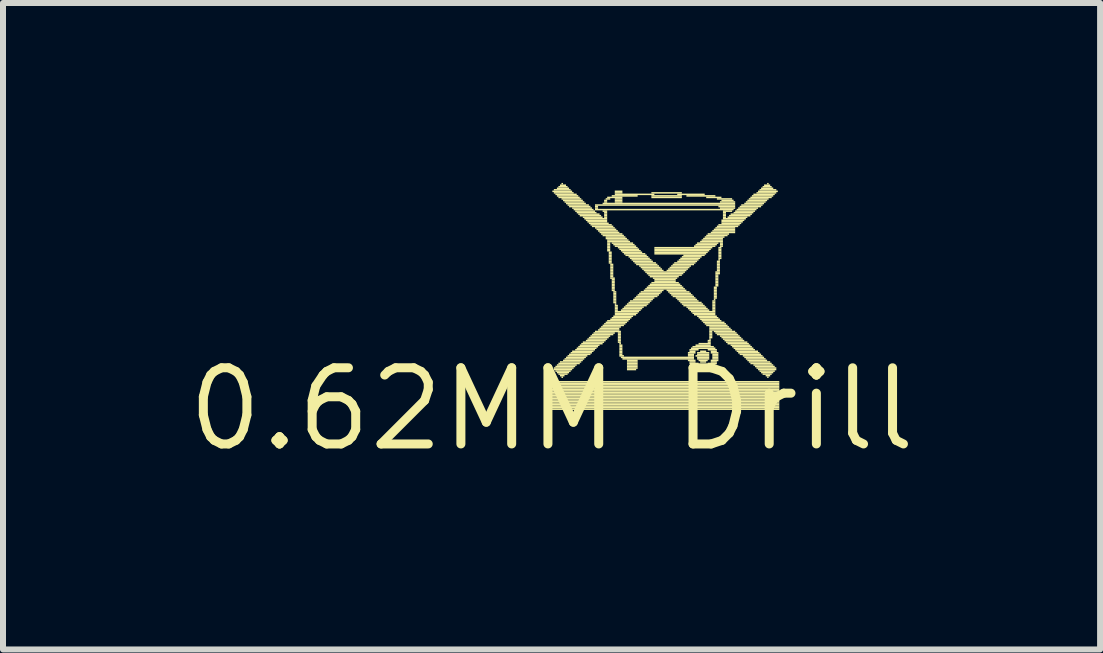
<source format=kicad_pcb>
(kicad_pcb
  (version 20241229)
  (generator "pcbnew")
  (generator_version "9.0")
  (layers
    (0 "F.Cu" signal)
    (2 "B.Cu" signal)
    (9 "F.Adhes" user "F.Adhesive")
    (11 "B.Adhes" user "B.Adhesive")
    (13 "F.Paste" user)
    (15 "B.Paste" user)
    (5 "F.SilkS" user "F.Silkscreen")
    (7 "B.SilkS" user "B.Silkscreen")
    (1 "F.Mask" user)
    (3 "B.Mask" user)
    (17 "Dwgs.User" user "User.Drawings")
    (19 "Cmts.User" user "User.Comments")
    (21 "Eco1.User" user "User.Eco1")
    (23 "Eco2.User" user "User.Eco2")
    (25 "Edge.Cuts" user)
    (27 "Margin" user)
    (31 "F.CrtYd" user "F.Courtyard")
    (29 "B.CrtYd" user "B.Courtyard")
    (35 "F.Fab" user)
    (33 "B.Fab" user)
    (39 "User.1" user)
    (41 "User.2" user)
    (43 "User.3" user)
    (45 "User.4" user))
  (footprint "0.62MM Drill"
    (layer "F.Cu")
    (at 6.146 3.772)
    (property "Reference" "0.62MM Drill" (at 0 0 0) (layer "F.SilkS") (effects (font (size 1.27 1.27) (thickness 0.15))))
    (attr through_hole)
    (fp_poly (pts (xy -0.013 -0.445) (xy 3.797 -0.445) (xy 3.797 -0.47) (xy -0.013 -0.47)) (stroke (width 0) (type solid)) (fill yes) (layer "F.SilkS"))
    (fp_poly (pts (xy -0.013 -0.419) (xy 3.797 -0.419) (xy 3.797 -0.445) (xy -0.013 -0.445)) (stroke (width 0) (type solid)) (fill yes) (layer "F.SilkS"))
    (fp_poly (pts (xy -0.013 -0.394) (xy 3.797 -0.394) (xy 3.797 -0.419) (xy -0.013 -0.419)) (stroke (width 0) (type solid)) (fill yes) (layer "F.SilkS"))
    (fp_poly (pts (xy -0.013 -0.368) (xy 3.797 -0.368) (xy 3.797 -0.394) (xy -0.013 -0.394)) (stroke (width 0) (type solid)) (fill yes) (layer "F.SilkS"))
    (fp_poly (pts (xy -0.013 -0.343) (xy 3.797 -0.343) (xy 3.797 -0.368) (xy -0.013 -0.368)) (stroke (width 0) (type solid)) (fill yes) (layer "F.SilkS"))
    (fp_poly (pts (xy -0.013 -0.318) (xy 3.797 -0.318) (xy 3.797 -0.343) (xy -0.013 -0.343)) (stroke (width 0) (type solid)) (fill yes) (layer "F.SilkS"))
    (fp_poly (pts (xy -0.013 -0.292) (xy 3.797 -0.292) (xy 3.797 -0.318) (xy -0.013 -0.318)) (stroke (width 0) (type solid)) (fill yes) (layer "F.SilkS"))
    (fp_poly (pts (xy -0.013 -0.267) (xy 3.797 -0.267) (xy 3.797 -0.292) (xy -0.013 -0.292)) (stroke (width 0) (type solid)) (fill yes) (layer "F.SilkS"))
    (fp_poly (pts (xy -0.013 -0.241) (xy 3.797 -0.241) (xy 3.797 -0.267) (xy -0.013 -0.267)) (stroke (width 0) (type solid)) (fill yes) (layer "F.SilkS"))
    (fp_poly (pts (xy -0.013 -0.216) (xy 3.797 -0.216) (xy 3.797 -0.241) (xy -0.013 -0.241)) (stroke (width 0) (type solid)) (fill yes) (layer "F.SilkS"))
    (fp_poly (pts (xy -0.013 -0.191) (xy 3.797 -0.191) (xy 3.797 -0.216) (xy -0.013 -0.216)) (stroke (width 0) (type solid)) (fill yes) (layer "F.SilkS"))
    (fp_poly (pts (xy -0.013 -0.165) (xy 3.797 -0.165) (xy 3.797 -0.191) (xy -0.013 -0.191)) (stroke (width 0) (type solid)) (fill yes) (layer "F.SilkS"))
    (fp_poly (pts (xy -0.013 -0.14) (xy 3.797 -0.14) (xy 3.797 -0.165) (xy -0.013 -0.165)) (stroke (width 0) (type solid)) (fill yes) (layer "F.SilkS"))
    (fp_poly (pts (xy -0.013 -0.114) (xy 3.797 -0.114) (xy 3.797 -0.14) (xy -0.013 -0.14)) (stroke (width 0) (type solid)) (fill yes) (layer "F.SilkS"))
    (fp_poly (pts (xy -0.013 -0.089) (xy 3.797 -0.089) (xy 3.797 -0.114) (xy -0.013 -0.114)) (stroke (width 0) (type solid)) (fill yes) (layer "F.SilkS"))
    (fp_poly (pts (xy -0.013 -0.064) (xy 3.797 -0.064) (xy 3.797 -0.089) (xy -0.013 -0.089)) (stroke (width 0) (type solid)) (fill yes) (layer "F.SilkS"))
    (fp_poly (pts (xy -0.013 -0.038) (xy 3.797 -0.038) (xy 3.797 -0.064) (xy -0.013 -0.064)) (stroke (width 0) (type solid)) (fill yes) (layer "F.SilkS"))
    (fp_poly (pts (xy -0.013 -0.013) (xy 3.797 -0.013) (xy 3.797 -0.038) (xy -0.013 -0.038)) (stroke (width 0) (type solid)) (fill yes) (layer "F.SilkS"))
    (fp_poly (pts (xy -0.013 0.013) (xy 3.797 0.013) (xy 3.797 -0.013) (xy -0.013 -0.013)) (stroke (width 0) (type solid)) (fill yes) (layer "F.SilkS"))
    (fp_poly (pts (xy 0.013 -3.619) (xy 0.343 -3.619) (xy 0.343 -3.645) (xy 0.013 -3.645)) (stroke (width 0) (type solid)) (fill yes) (layer "F.SilkS"))
    (fp_poly (pts (xy 0.038 -3.645) (xy 0.318 -3.645) (xy 0.318 -3.67) (xy 0.038 -3.67)) (stroke (width 0) (type solid)) (fill yes) (layer "F.SilkS"))
    (fp_poly (pts (xy 0.038 -3.594) (xy 0.368 -3.594) (xy 0.368 -3.619) (xy 0.038 -3.619)) (stroke (width 0) (type solid)) (fill yes) (layer "F.SilkS"))
    (fp_poly (pts (xy 0.038 -0.673) (xy 0.368 -0.673) (xy 0.368 -0.699) (xy 0.038 -0.699)) (stroke (width 0) (type solid)) (fill yes) (layer "F.SilkS"))
    (fp_poly (pts (xy 0.038 -0.648) (xy 0.343 -0.648) (xy 0.343 -0.673) (xy 0.038 -0.673)) (stroke (width 0) (type solid)) (fill yes) (layer "F.SilkS"))
    (fp_poly (pts (xy 0.064 -3.569) (xy 0.419 -3.569) (xy 0.419 -3.594) (xy 0.064 -3.594)) (stroke (width 0) (type solid)) (fill yes) (layer "F.SilkS"))
    (fp_poly (pts (xy 0.064 -0.699) (xy 0.394 -0.699) (xy 0.394 -0.724) (xy 0.064 -0.724)) (stroke (width 0) (type solid)) (fill yes) (layer "F.SilkS"))
    (fp_poly (pts (xy 0.064 -0.622) (xy 0.318 -0.622) (xy 0.318 -0.648) (xy 0.064 -0.648)) (stroke (width 0) (type solid)) (fill yes) (layer "F.SilkS"))
    (fp_poly (pts (xy 0.089 -3.67) (xy 0.292 -3.67) (xy 0.292 -3.696) (xy 0.089 -3.696)) (stroke (width 0) (type solid)) (fill yes) (layer "F.SilkS"))
    (fp_poly (pts (xy 0.089 -3.543) (xy 0.445 -3.543) (xy 0.445 -3.569) (xy 0.089 -3.569)) (stroke (width 0) (type solid)) (fill yes) (layer "F.SilkS"))
    (fp_poly (pts (xy 0.089 -0.724) (xy 0.419 -0.724) (xy 0.419 -0.749) (xy 0.089 -0.749)) (stroke (width 0) (type solid)) (fill yes) (layer "F.SilkS"))
    (fp_poly (pts (xy 0.089 -0.597) (xy 0.292 -0.597) (xy 0.292 -0.622) (xy 0.089 -0.622)) (stroke (width 0) (type solid)) (fill yes) (layer "F.SilkS"))
    (fp_poly (pts (xy 0.114 -3.696) (xy 0.267 -3.696) (xy 0.267 -3.721) (xy 0.114 -3.721)) (stroke (width 0) (type solid)) (fill yes) (layer "F.SilkS"))
    (fp_poly (pts (xy 0.114 -3.518) (xy 0.47 -3.518) (xy 0.47 -3.543) (xy 0.114 -3.543)) (stroke (width 0) (type solid)) (fill yes) (layer "F.SilkS"))
    (fp_poly (pts (xy 0.114 -0.749) (xy 0.47 -0.749) (xy 0.47 -0.775) (xy 0.114 -0.775)) (stroke (width 0) (type solid)) (fill yes) (layer "F.SilkS"))
    (fp_poly (pts (xy 0.114 -0.572) (xy 0.267 -0.572) (xy 0.267 -0.597) (xy 0.114 -0.597)) (stroke (width 0) (type solid)) (fill yes) (layer "F.SilkS"))
    (fp_poly (pts (xy 0.14 -3.721) (xy 0.241 -3.721) (xy 0.241 -3.747) (xy 0.14 -3.747)) (stroke (width 0) (type solid)) (fill yes) (layer "F.SilkS"))
    (fp_poly (pts (xy 0.14 -0.775) (xy 0.495 -0.775) (xy 0.495 -0.8) (xy 0.14 -0.8)) (stroke (width 0) (type solid)) (fill yes) (layer "F.SilkS"))
    (fp_poly (pts (xy 0.14 -0.546) (xy 0.216 -0.546) (xy 0.216 -0.572) (xy 0.14 -0.572)) (stroke (width 0) (type solid)) (fill yes) (layer "F.SilkS"))
    (fp_poly (pts (xy 0.165 -3.747) (xy 0.191 -3.747) (xy 0.191 -3.772) (xy 0.165 -3.772)) (stroke (width 0) (type solid)) (fill yes) (layer "F.SilkS"))
    (fp_poly (pts (xy 0.165 -3.493) (xy 0.495 -3.493) (xy 0.495 -3.518) (xy 0.165 -3.518)) (stroke (width 0) (type solid)) (fill yes) (layer "F.SilkS"))
    (fp_poly (pts (xy 0.165 -0.521) (xy 0.191 -0.521) (xy 0.191 -0.546) (xy 0.165 -0.546)) (stroke (width 0) (type solid)) (fill yes) (layer "F.SilkS"))
    (fp_poly (pts (xy 0.191 -3.467) (xy 0.521 -3.467) (xy 0.521 -3.493) (xy 0.191 -3.493)) (stroke (width 0) (type solid)) (fill yes) (layer "F.SilkS"))
    (fp_poly (pts (xy 0.191 -0.8) (xy 0.521 -0.8) (xy 0.521 -0.826) (xy 0.191 -0.826)) (stroke (width 0) (type solid)) (fill yes) (layer "F.SilkS"))
    (fp_poly (pts (xy 0.216 -3.442) (xy 0.546 -3.442) (xy 0.546 -3.467) (xy 0.216 -3.467)) (stroke (width 0) (type solid)) (fill yes) (layer "F.SilkS"))
    (fp_poly (pts (xy 0.216 -0.826) (xy 0.546 -0.826) (xy 0.546 -0.851) (xy 0.216 -0.851)) (stroke (width 0) (type solid)) (fill yes) (layer "F.SilkS"))
    (fp_poly (pts (xy 0.241 -3.416) (xy 0.572 -3.416) (xy 0.572 -3.442) (xy 0.241 -3.442)) (stroke (width 0) (type solid)) (fill yes) (layer "F.SilkS"))
    (fp_poly (pts (xy 0.241 -0.851) (xy 0.572 -0.851) (xy 0.572 -0.876) (xy 0.241 -0.876)) (stroke (width 0) (type solid)) (fill yes) (layer "F.SilkS"))
    (fp_poly (pts (xy 0.267 -3.391) (xy 0.622 -3.391) (xy 0.622 -3.416) (xy 0.267 -3.416)) (stroke (width 0) (type solid)) (fill yes) (layer "F.SilkS"))
    (fp_poly (pts (xy 0.267 -0.876) (xy 0.597 -0.876) (xy 0.597 -0.902) (xy 0.267 -0.902)) (stroke (width 0) (type solid)) (fill yes) (layer "F.SilkS"))
    (fp_poly (pts (xy 0.292 -3.365) (xy 0.648 -3.365) (xy 0.648 -3.391) (xy 0.292 -3.391)) (stroke (width 0) (type solid)) (fill yes) (layer "F.SilkS"))
    (fp_poly (pts (xy 0.292 -0.902) (xy 0.648 -0.902) (xy 0.648 -0.927) (xy 0.292 -0.927)) (stroke (width 0) (type solid)) (fill yes) (layer "F.SilkS"))
    (fp_poly (pts (xy 0.318 -0.927) (xy 0.673 -0.927) (xy 0.673 -0.953) (xy 0.318 -0.953)) (stroke (width 0) (type solid)) (fill yes) (layer "F.SilkS"))
    (fp_poly (pts (xy 0.343 -3.34) (xy 0.673 -3.34) (xy 0.673 -3.365) (xy 0.343 -3.365)) (stroke (width 0) (type solid)) (fill yes) (layer "F.SilkS"))
    (fp_poly (pts (xy 0.343 -0.953) (xy 0.699 -0.953) (xy 0.699 -0.978) (xy 0.343 -0.978)) (stroke (width 0) (type solid)) (fill yes) (layer "F.SilkS"))
    (fp_poly (pts (xy 0.368 -3.315) (xy 0.699 -3.315) (xy 0.699 -3.34) (xy 0.368 -3.34)) (stroke (width 0) (type solid)) (fill yes) (layer "F.SilkS"))
    (fp_poly (pts (xy 0.394 -3.289) (xy 0.724 -3.289) (xy 0.724 -3.315) (xy 0.394 -3.315)) (stroke (width 0) (type solid)) (fill yes) (layer "F.SilkS"))
    (fp_poly (pts (xy 0.394 -0.978) (xy 0.724 -0.978) (xy 0.724 -1.003) (xy 0.394 -1.003)) (stroke (width 0) (type solid)) (fill yes) (layer "F.SilkS"))
    (fp_poly (pts (xy 0.419 -3.264) (xy 0.749 -3.264) (xy 0.749 -3.289) (xy 0.419 -3.289)) (stroke (width 0) (type solid)) (fill yes) (layer "F.SilkS"))
    (fp_poly (pts (xy 0.419 -1.003) (xy 0.749 -1.003) (xy 0.749 -1.029) (xy 0.419 -1.029)) (stroke (width 0) (type solid)) (fill yes) (layer "F.SilkS"))
    (fp_poly (pts (xy 0.445 -3.239) (xy 0.8 -3.239) (xy 0.8 -3.264) (xy 0.445 -3.264)) (stroke (width 0) (type solid)) (fill yes) (layer "F.SilkS"))
    (fp_poly (pts (xy 0.445 -1.029) (xy 0.775 -1.029) (xy 0.775 -1.054) (xy 0.445 -1.054)) (stroke (width 0) (type solid)) (fill yes) (layer "F.SilkS"))
    (fp_poly (pts (xy 0.47 -3.213) (xy 0.826 -3.213) (xy 0.826 -3.239) (xy 0.47 -3.239)) (stroke (width 0) (type solid)) (fill yes) (layer "F.SilkS"))
    (fp_poly (pts (xy 0.47 -1.054) (xy 0.8 -1.054) (xy 0.8 -1.079) (xy 0.47 -1.079)) (stroke (width 0) (type solid)) (fill yes) (layer "F.SilkS"))
    (fp_poly (pts (xy 0.495 -1.079) (xy 0.851 -1.079) (xy 0.851 -1.105) (xy 0.495 -1.105)) (stroke (width 0) (type solid)) (fill yes) (layer "F.SilkS"))
    (fp_poly (pts (xy 0.521 -3.188) (xy 0.851 -3.188) (xy 0.851 -3.213) (xy 0.521 -3.213)) (stroke (width 0) (type solid)) (fill yes) (layer "F.SilkS"))
    (fp_poly (pts (xy 0.521 -1.105) (xy 0.876 -1.105) (xy 0.876 -1.13) (xy 0.521 -1.13)) (stroke (width 0) (type solid)) (fill yes) (layer "F.SilkS"))
    (fp_poly (pts (xy 0.546 -3.162) (xy 0.927 -3.162) (xy 0.927 -3.188) (xy 0.546 -3.188)) (stroke (width 0) (type solid)) (fill yes) (layer "F.SilkS"))
    (fp_poly (pts (xy 0.572 -3.137) (xy 0.927 -3.137) (xy 0.927 -3.162) (xy 0.572 -3.162)) (stroke (width 0) (type solid)) (fill yes) (layer "F.SilkS"))
    (fp_poly (pts (xy 0.572 -1.13) (xy 0.902 -1.13) (xy 0.902 -1.156) (xy 0.572 -1.156)) (stroke (width 0) (type solid)) (fill yes) (layer "F.SilkS"))
    (fp_poly (pts (xy 0.597 -3.111) (xy 0.927 -3.111) (xy 0.927 -3.137) (xy 0.597 -3.137)) (stroke (width 0) (type solid)) (fill yes) (layer "F.SilkS"))
    (fp_poly (pts (xy 0.597 -1.156) (xy 0.927 -1.156) (xy 0.927 -1.181) (xy 0.597 -1.181)) (stroke (width 0) (type solid)) (fill yes) (layer "F.SilkS"))
    (fp_poly (pts (xy 0.622 -3.086) (xy 0.953 -3.086) (xy 0.953 -3.111) (xy 0.622 -3.111)) (stroke (width 0) (type solid)) (fill yes) (layer "F.SilkS"))
    (fp_poly (pts (xy 0.622 -1.181) (xy 0.953 -1.181) (xy 0.953 -1.206) (xy 0.622 -1.206)) (stroke (width 0) (type solid)) (fill yes) (layer "F.SilkS"))
    (fp_poly (pts (xy 0.648 -3.061) (xy 1.003 -3.061) (xy 1.003 -3.086) (xy 0.648 -3.086)) (stroke (width 0) (type solid)) (fill yes) (layer "F.SilkS"))
    (fp_poly (pts (xy 0.648 -1.206) (xy 0.978 -1.206) (xy 0.978 -1.232) (xy 0.648 -1.232)) (stroke (width 0) (type solid)) (fill yes) (layer "F.SilkS"))
    (fp_poly (pts (xy 0.673 -3.035) (xy 1.029 -3.035) (xy 1.029 -3.061) (xy 0.673 -3.061)) (stroke (width 0) (type solid)) (fill yes) (layer "F.SilkS"))
    (fp_poly (pts (xy 0.673 -1.232) (xy 1.029 -1.232) (xy 1.029 -1.257) (xy 0.673 -1.257)) (stroke (width 0) (type solid)) (fill yes) (layer "F.SilkS"))
    (fp_poly (pts (xy 0.699 -1.257) (xy 1.054 -1.257) (xy 1.054 -1.283) (xy 0.699 -1.283)) (stroke (width 0) (type solid)) (fill yes) (layer "F.SilkS"))
    (fp_poly (pts (xy 0.724 -3.391) (xy 3.061 -3.391) (xy 3.061 -3.416) (xy 0.724 -3.416)) (stroke (width 0) (type solid)) (fill yes) (layer "F.SilkS"))
    (fp_poly (pts (xy 0.724 -3.365) (xy 0.775 -3.365) (xy 0.775 -3.391) (xy 0.724 -3.391)) (stroke (width 0) (type solid)) (fill yes) (layer "F.SilkS"))
    (fp_poly (pts (xy 0.724 -3.34) (xy 0.775 -3.34) (xy 0.775 -3.365) (xy 0.724 -3.365)) (stroke (width 0) (type solid)) (fill yes) (layer "F.SilkS"))
    (fp_poly (pts (xy 0.724 -3.315) (xy 3.035 -3.315) (xy 3.035 -3.34) (xy 0.724 -3.34)) (stroke (width 0) (type solid)) (fill yes) (layer "F.SilkS"))
    (fp_poly (pts (xy 0.724 -3.01) (xy 1.054 -3.01) (xy 1.054 -3.035) (xy 0.724 -3.035)) (stroke (width 0) (type solid)) (fill yes) (layer "F.SilkS"))
    (fp_poly (pts (xy 0.724 -1.283) (xy 1.156 -1.283) (xy 1.156 -1.308) (xy 0.724 -1.308)) (stroke (width 0) (type solid)) (fill yes) (layer "F.SilkS"))
    (fp_poly (pts (xy 0.749 -2.985) (xy 1.079 -2.985) (xy 1.079 -3.01) (xy 0.749 -3.01)) (stroke (width 0) (type solid)) (fill yes) (layer "F.SilkS"))
    (fp_poly (pts (xy 0.775 -2.959) (xy 1.105 -2.959) (xy 1.105 -2.985) (xy 0.775 -2.985)) (stroke (width 0) (type solid)) (fill yes) (layer "F.SilkS"))
    (fp_poly (pts (xy 0.775 -1.308) (xy 1.13 -1.308) (xy 1.13 -1.333) (xy 0.775 -1.333)) (stroke (width 0) (type solid)) (fill yes) (layer "F.SilkS"))
    (fp_poly (pts (xy 0.8 -2.934) (xy 1.13 -2.934) (xy 1.13 -2.959) (xy 0.8 -2.959)) (stroke (width 0) (type solid)) (fill yes) (layer "F.SilkS"))
    (fp_poly (pts (xy 0.8 -1.333) (xy 1.13 -1.333) (xy 1.13 -1.359) (xy 0.8 -1.359)) (stroke (width 0) (type solid)) (fill yes) (layer "F.SilkS"))
    (fp_poly (pts (xy 0.826 -2.908) (xy 1.181 -2.908) (xy 1.181 -2.934) (xy 0.826 -2.934)) (stroke (width 0) (type solid)) (fill yes) (layer "F.SilkS"))
    (fp_poly (pts (xy 0.826 -1.359) (xy 1.156 -1.359) (xy 1.156 -1.384) (xy 0.826 -1.384)) (stroke (width 0) (type solid)) (fill yes) (layer "F.SilkS"))
    (fp_poly (pts (xy 0.851 -3.416) (xy 3.061 -3.416) (xy 3.061 -3.442) (xy 0.851 -3.442)) (stroke (width 0) (type solid)) (fill yes) (layer "F.SilkS"))
    (fp_poly (pts (xy 0.851 -3.289) (xy 0.927 -3.289) (xy 0.927 -3.315) (xy 0.851 -3.315)) (stroke (width 0) (type solid)) (fill yes) (layer "F.SilkS"))
    (fp_poly (pts (xy 0.851 -2.883) (xy 1.206 -2.883) (xy 1.206 -2.908) (xy 0.851 -2.908)) (stroke (width 0) (type solid)) (fill yes) (layer "F.SilkS"))
    (fp_poly (pts (xy 0.851 -1.384) (xy 1.206 -1.384) (xy 1.206 -1.41) (xy 0.851 -1.41)) (stroke (width 0) (type solid)) (fill yes) (layer "F.SilkS"))
    (fp_poly (pts (xy 0.876 -3.467) (xy 0.927 -3.467) (xy 0.927 -3.493) (xy 0.876 -3.493)) (stroke (width 0) (type solid)) (fill yes) (layer "F.SilkS"))
    (fp_poly (pts (xy 0.876 -3.442) (xy 0.927 -3.442) (xy 0.927 -3.467) (xy 0.876 -3.467)) (stroke (width 0) (type solid)) (fill yes) (layer "F.SilkS"))
    (fp_poly (pts (xy 0.876 -3.264) (xy 0.927 -3.264) (xy 0.927 -3.289) (xy 0.876 -3.289)) (stroke (width 0) (type solid)) (fill yes) (layer "F.SilkS"))
    (fp_poly (pts (xy 0.876 -3.239) (xy 0.927 -3.239) (xy 0.927 -3.264) (xy 0.876 -3.264)) (stroke (width 0) (type solid)) (fill yes) (layer "F.SilkS"))
    (fp_poly (pts (xy 0.876 -3.213) (xy 0.927 -3.213) (xy 0.927 -3.239) (xy 0.876 -3.239)) (stroke (width 0) (type solid)) (fill yes) (layer "F.SilkS"))
    (fp_poly (pts (xy 0.876 -3.188) (xy 0.927 -3.188) (xy 0.927 -3.213) (xy 0.876 -3.213)) (stroke (width 0) (type solid)) (fill yes) (layer "F.SilkS"))
    (fp_poly (pts (xy 0.876 -1.41) (xy 1.232 -1.41) (xy 1.232 -1.435) (xy 0.876 -1.435)) (stroke (width 0) (type solid)) (fill yes) (layer "F.SilkS"))
    (fp_poly (pts (xy 0.902 -3.493) (xy 0.978 -3.493) (xy 0.978 -3.518) (xy 0.902 -3.518)) (stroke (width 0) (type solid)) (fill yes) (layer "F.SilkS"))
    (fp_poly (pts (xy 0.902 -2.857) (xy 1.232 -2.857) (xy 1.232 -2.883) (xy 0.902 -2.883)) (stroke (width 0) (type solid)) (fill yes) (layer "F.SilkS"))
    (fp_poly (pts (xy 0.902 -2.832) (xy 1.257 -2.832) (xy 1.257 -2.857) (xy 0.902 -2.857)) (stroke (width 0) (type solid)) (fill yes) (layer "F.SilkS"))
    (fp_poly (pts (xy 0.902 -1.435) (xy 1.257 -1.435) (xy 1.257 -1.46) (xy 0.902 -1.46)) (stroke (width 0) (type solid)) (fill yes) (layer "F.SilkS"))
    (fp_poly (pts (xy 0.927 -3.518) (xy 1.181 -3.518) (xy 1.181 -3.543) (xy 0.927 -3.543)) (stroke (width 0) (type solid)) (fill yes) (layer "F.SilkS"))
    (fp_poly (pts (xy 0.927 -2.807) (xy 1.283 -2.807) (xy 1.283 -2.832) (xy 0.927 -2.832)) (stroke (width 0) (type solid)) (fill yes) (layer "F.SilkS"))
    (fp_poly (pts (xy 0.927 -2.781) (xy 1.308 -2.781) (xy 1.308 -2.807) (xy 0.927 -2.807)) (stroke (width 0) (type solid)) (fill yes) (layer "F.SilkS"))
    (fp_poly (pts (xy 0.927 -2.756) (xy 0.978 -2.756) (xy 0.978 -2.781) (xy 0.927 -2.781)) (stroke (width 0) (type solid)) (fill yes) (layer "F.SilkS"))
    (fp_poly (pts (xy 0.927 -2.731) (xy 0.978 -2.731) (xy 0.978 -2.756) (xy 0.927 -2.756)) (stroke (width 0) (type solid)) (fill yes) (layer "F.SilkS"))
    (fp_poly (pts (xy 0.927 -2.705) (xy 0.978 -2.705) (xy 0.978 -2.731) (xy 0.927 -2.731)) (stroke (width 0) (type solid)) (fill yes) (layer "F.SilkS"))
    (fp_poly (pts (xy 0.927 -2.68) (xy 0.978 -2.68) (xy 0.978 -2.705) (xy 0.927 -2.705)) (stroke (width 0) (type solid)) (fill yes) (layer "F.SilkS"))
    (fp_poly (pts (xy 0.927 -2.654) (xy 0.978 -2.654) (xy 0.978 -2.68) (xy 0.927 -2.68)) (stroke (width 0) (type solid)) (fill yes) (layer "F.SilkS"))
    (fp_poly (pts (xy 0.927 -2.629) (xy 0.978 -2.629) (xy 0.978 -2.654) (xy 0.927 -2.654)) (stroke (width 0) (type solid)) (fill yes) (layer "F.SilkS"))
    (fp_poly (pts (xy 0.927 -1.46) (xy 1.283 -1.46) (xy 1.283 -1.486) (xy 0.927 -1.486)) (stroke (width 0) (type solid)) (fill yes) (layer "F.SilkS"))
    (fp_poly (pts (xy 0.953 -2.603) (xy 1.003 -2.603) (xy 1.003 -2.629) (xy 0.953 -2.629)) (stroke (width 0) (type solid)) (fill yes) (layer "F.SilkS"))
    (fp_poly (pts (xy 0.953 -2.578) (xy 1.003 -2.578) (xy 1.003 -2.603) (xy 0.953 -2.603)) (stroke (width 0) (type solid)) (fill yes) (layer "F.SilkS"))
    (fp_poly (pts (xy 0.953 -2.553) (xy 1.003 -2.553) (xy 1.003 -2.578) (xy 0.953 -2.578)) (stroke (width 0) (type solid)) (fill yes) (layer "F.SilkS"))
    (fp_poly (pts (xy 0.953 -2.527) (xy 1.003 -2.527) (xy 1.003 -2.553) (xy 0.953 -2.553)) (stroke (width 0) (type solid)) (fill yes) (layer "F.SilkS"))
    (fp_poly (pts (xy 0.953 -2.502) (xy 1.003 -2.502) (xy 1.003 -2.527) (xy 0.953 -2.527)) (stroke (width 0) (type solid)) (fill yes) (layer "F.SilkS"))
    (fp_poly (pts (xy 0.953 -2.477) (xy 1.003 -2.477) (xy 1.003 -2.502) (xy 0.953 -2.502)) (stroke (width 0) (type solid)) (fill yes) (layer "F.SilkS"))
    (fp_poly (pts (xy 0.953 -2.451) (xy 1.003 -2.451) (xy 1.003 -2.477) (xy 0.953 -2.477)) (stroke (width 0) (type solid)) (fill yes) (layer "F.SilkS"))
    (fp_poly (pts (xy 0.953 -2.426) (xy 1.003 -2.426) (xy 1.003 -2.451) (xy 0.953 -2.451)) (stroke (width 0) (type solid)) (fill yes) (layer "F.SilkS"))
    (fp_poly (pts (xy 0.978 -2.4) (xy 1.029 -2.4) (xy 1.029 -2.426) (xy 0.978 -2.426)) (stroke (width 0) (type solid)) (fill yes) (layer "F.SilkS"))
    (fp_poly (pts (xy 0.978 -2.375) (xy 1.029 -2.375) (xy 1.029 -2.4) (xy 0.978 -2.4)) (stroke (width 0) (type solid)) (fill yes) (layer "F.SilkS"))
    (fp_poly (pts (xy 0.978 -2.349) (xy 1.029 -2.349) (xy 1.029 -2.375) (xy 0.978 -2.375)) (stroke (width 0) (type solid)) (fill yes) (layer "F.SilkS"))
    (fp_poly (pts (xy 0.978 -2.324) (xy 1.029 -2.324) (xy 1.029 -2.349) (xy 0.978 -2.349)) (stroke (width 0) (type solid)) (fill yes) (layer "F.SilkS"))
    (fp_poly (pts (xy 0.978 -2.299) (xy 1.029 -2.299) (xy 1.029 -2.324) (xy 0.978 -2.324)) (stroke (width 0) (type solid)) (fill yes) (layer "F.SilkS"))
    (fp_poly (pts (xy 0.978 -2.273) (xy 1.029 -2.273) (xy 1.029 -2.299) (xy 0.978 -2.299)) (stroke (width 0) (type solid)) (fill yes) (layer "F.SilkS"))
    (fp_poly (pts (xy 0.978 -2.248) (xy 1.029 -2.248) (xy 1.029 -2.273) (xy 0.978 -2.273)) (stroke (width 0) (type solid)) (fill yes) (layer "F.SilkS"))
    (fp_poly (pts (xy 0.978 -2.223) (xy 1.029 -2.223) (xy 1.029 -2.248) (xy 0.978 -2.248)) (stroke (width 0) (type solid)) (fill yes) (layer "F.SilkS"))
    (fp_poly (pts (xy 0.978 -2.197) (xy 1.029 -2.197) (xy 1.029 -2.223) (xy 0.978 -2.223)) (stroke (width 0) (type solid)) (fill yes) (layer "F.SilkS"))
    (fp_poly (pts (xy 0.978 -2.172) (xy 1.054 -2.172) (xy 1.054 -2.197) (xy 0.978 -2.197)) (stroke (width 0) (type solid)) (fill yes) (layer "F.SilkS"))
    (fp_poly (pts (xy 0.978 -1.486) (xy 1.308 -1.486) (xy 1.308 -1.511) (xy 0.978 -1.511)) (stroke (width 0) (type solid)) (fill yes) (layer "F.SilkS"))
    (fp_poly (pts (xy 1.003 -3.543) (xy 1.435 -3.543) (xy 1.435 -3.569) (xy 1.003 -3.569)) (stroke (width 0) (type solid)) (fill yes) (layer "F.SilkS"))
    (fp_poly (pts (xy 1.003 -2.756) (xy 1.359 -2.756) (xy 1.359 -2.781) (xy 1.003 -2.781)) (stroke (width 0) (type solid)) (fill yes) (layer "F.SilkS"))
    (fp_poly (pts (xy 1.003 -2.146) (xy 1.054 -2.146) (xy 1.054 -2.172) (xy 1.003 -2.172)) (stroke (width 0) (type solid)) (fill yes) (layer "F.SilkS"))
    (fp_poly (pts (xy 1.003 -2.121) (xy 1.054 -2.121) (xy 1.054 -2.146) (xy 1.003 -2.146)) (stroke (width 0) (type solid)) (fill yes) (layer "F.SilkS"))
    (fp_poly (pts (xy 1.003 -2.095) (xy 1.054 -2.095) (xy 1.054 -2.121) (xy 1.003 -2.121)) (stroke (width 0) (type solid)) (fill yes) (layer "F.SilkS"))
    (fp_poly (pts (xy 1.003 -2.07) (xy 1.054 -2.07) (xy 1.054 -2.095) (xy 1.003 -2.095)) (stroke (width 0) (type solid)) (fill yes) (layer "F.SilkS"))
    (fp_poly (pts (xy 1.003 -2.045) (xy 1.054 -2.045) (xy 1.054 -2.07) (xy 1.003 -2.07)) (stroke (width 0) (type solid)) (fill yes) (layer "F.SilkS"))
    (fp_poly (pts (xy 1.003 -2.019) (xy 1.054 -2.019) (xy 1.054 -2.045) (xy 1.003 -2.045)) (stroke (width 0) (type solid)) (fill yes) (layer "F.SilkS"))
    (fp_poly (pts (xy 1.003 -1.994) (xy 1.054 -1.994) (xy 1.054 -2.019) (xy 1.003 -2.019)) (stroke (width 0) (type solid)) (fill yes) (layer "F.SilkS"))
    (fp_poly (pts (xy 1.003 -1.968) (xy 1.054 -1.968) (xy 1.054 -1.994) (xy 1.003 -1.994)) (stroke (width 0) (type solid)) (fill yes) (layer "F.SilkS"))
    (fp_poly (pts (xy 1.003 -1.511) (xy 1.333 -1.511) (xy 1.333 -1.537) (xy 1.003 -1.537)) (stroke (width 0) (type solid)) (fill yes) (layer "F.SilkS"))
    (fp_poly (pts (xy 1.029 -2.731) (xy 1.384 -2.731) (xy 1.384 -2.756) (xy 1.029 -2.756)) (stroke (width 0) (type solid)) (fill yes) (layer "F.SilkS"))
    (fp_poly (pts (xy 1.029 -1.943) (xy 1.079 -1.943) (xy 1.079 -1.968) (xy 1.029 -1.968)) (stroke (width 0) (type solid)) (fill yes) (layer "F.SilkS"))
    (fp_poly (pts (xy 1.029 -1.918) (xy 1.079 -1.918) (xy 1.079 -1.943) (xy 1.029 -1.943)) (stroke (width 0) (type solid)) (fill yes) (layer "F.SilkS"))
    (fp_poly (pts (xy 1.029 -1.892) (xy 1.079 -1.892) (xy 1.079 -1.918) (xy 1.029 -1.918)) (stroke (width 0) (type solid)) (fill yes) (layer "F.SilkS"))
    (fp_poly (pts (xy 1.029 -1.867) (xy 1.079 -1.867) (xy 1.079 -1.892) (xy 1.029 -1.892)) (stroke (width 0) (type solid)) (fill yes) (layer "F.SilkS"))
    (fp_poly (pts (xy 1.029 -1.841) (xy 1.079 -1.841) (xy 1.079 -1.867) (xy 1.029 -1.867)) (stroke (width 0) (type solid)) (fill yes) (layer "F.SilkS"))
    (fp_poly (pts (xy 1.029 -1.816) (xy 1.079 -1.816) (xy 1.079 -1.841) (xy 1.029 -1.841)) (stroke (width 0) (type solid)) (fill yes) (layer "F.SilkS"))
    (fp_poly (pts (xy 1.029 -1.791) (xy 1.079 -1.791) (xy 1.079 -1.816) (xy 1.029 -1.816)) (stroke (width 0) (type solid)) (fill yes) (layer "F.SilkS"))
    (fp_poly (pts (xy 1.029 -1.765) (xy 1.079 -1.765) (xy 1.079 -1.791) (xy 1.029 -1.791)) (stroke (width 0) (type solid)) (fill yes) (layer "F.SilkS"))
    (fp_poly (pts (xy 1.029 -1.537) (xy 1.359 -1.537) (xy 1.359 -1.562) (xy 1.029 -1.562)) (stroke (width 0) (type solid)) (fill yes) (layer "F.SilkS"))
    (fp_poly (pts (xy 1.054 -3.619) (xy 1.181 -3.619) (xy 1.181 -3.645) (xy 1.054 -3.645)) (stroke (width 0) (type solid)) (fill yes) (layer "F.SilkS"))
    (fp_poly (pts (xy 1.054 -3.594) (xy 1.181 -3.594) (xy 1.181 -3.619) (xy 1.054 -3.619)) (stroke (width 0) (type solid)) (fill yes) (layer "F.SilkS"))
    (fp_poly (pts (xy 1.054 -3.569) (xy 1.714 -3.569) (xy 1.714 -3.594) (xy 1.054 -3.594)) (stroke (width 0) (type solid)) (fill yes) (layer "F.SilkS"))
    (fp_poly (pts (xy 1.054 -3.493) (xy 1.181 -3.493) (xy 1.181 -3.518) (xy 1.054 -3.518)) (stroke (width 0) (type solid)) (fill yes) (layer "F.SilkS"))
    (fp_poly (pts (xy 1.054 -3.467) (xy 1.181 -3.467) (xy 1.181 -3.493) (xy 1.054 -3.493)) (stroke (width 0) (type solid)) (fill yes) (layer "F.SilkS"))
    (fp_poly (pts (xy 1.054 -3.442) (xy 1.181 -3.442) (xy 1.181 -3.467) (xy 1.054 -3.467)) (stroke (width 0) (type solid)) (fill yes) (layer "F.SilkS"))
    (fp_poly (pts (xy 1.054 -2.705) (xy 1.41 -2.705) (xy 1.41 -2.731) (xy 1.054 -2.731)) (stroke (width 0) (type solid)) (fill yes) (layer "F.SilkS"))
    (fp_poly (pts (xy 1.054 -1.74) (xy 1.079 -1.74) (xy 1.079 -1.765) (xy 1.054 -1.765)) (stroke (width 0) (type solid)) (fill yes) (layer "F.SilkS"))
    (fp_poly (pts (xy 1.054 -1.714) (xy 1.105 -1.714) (xy 1.105 -1.74) (xy 1.054 -1.74)) (stroke (width 0) (type solid)) (fill yes) (layer "F.SilkS"))
    (fp_poly (pts (xy 1.054 -1.689) (xy 1.105 -1.689) (xy 1.105 -1.714) (xy 1.054 -1.714)) (stroke (width 0) (type solid)) (fill yes) (layer "F.SilkS"))
    (fp_poly (pts (xy 1.054 -1.664) (xy 1.105 -1.664) (xy 1.105 -1.689) (xy 1.054 -1.689)) (stroke (width 0) (type solid)) (fill yes) (layer "F.SilkS"))
    (fp_poly (pts (xy 1.054 -1.638) (xy 1.105 -1.638) (xy 1.105 -1.664) (xy 1.054 -1.664)) (stroke (width 0) (type solid)) (fill yes) (layer "F.SilkS"))
    (fp_poly (pts (xy 1.054 -1.613) (xy 1.46 -1.613) (xy 1.46 -1.638) (xy 1.054 -1.638)) (stroke (width 0) (type solid)) (fill yes) (layer "F.SilkS"))
    (fp_poly (pts (xy 1.054 -1.587) (xy 1.435 -1.587) (xy 1.435 -1.613) (xy 1.054 -1.613)) (stroke (width 0) (type solid)) (fill yes) (layer "F.SilkS"))
    (fp_poly (pts (xy 1.054 -1.562) (xy 1.41 -1.562) (xy 1.41 -1.587) (xy 1.054 -1.587)) (stroke (width 0) (type solid)) (fill yes) (layer "F.SilkS"))
    (fp_poly (pts (xy 1.105 -2.68) (xy 1.435 -2.68) (xy 1.435 -2.705) (xy 1.105 -2.705)) (stroke (width 0) (type solid)) (fill yes) (layer "F.SilkS"))
    (fp_poly (pts (xy 1.105 -1.257) (xy 1.156 -1.257) (xy 1.156 -1.283) (xy 1.105 -1.283)) (stroke (width 0) (type solid)) (fill yes) (layer "F.SilkS"))
    (fp_poly (pts (xy 1.105 -1.232) (xy 1.156 -1.232) (xy 1.156 -1.257) (xy 1.105 -1.257)) (stroke (width 0) (type solid)) (fill yes) (layer "F.SilkS"))
    (fp_poly (pts (xy 1.105 -1.206) (xy 1.156 -1.206) (xy 1.156 -1.232) (xy 1.105 -1.232)) (stroke (width 0) (type solid)) (fill yes) (layer "F.SilkS"))
    (fp_poly (pts (xy 1.105 -1.181) (xy 1.156 -1.181) (xy 1.156 -1.206) (xy 1.105 -1.206)) (stroke (width 0) (type solid)) (fill yes) (layer "F.SilkS"))
    (fp_poly (pts (xy 1.105 -1.156) (xy 1.156 -1.156) (xy 1.156 -1.181) (xy 1.105 -1.181)) (stroke (width 0) (type solid)) (fill yes) (layer "F.SilkS"))
    (fp_poly (pts (xy 1.105 -1.13) (xy 1.156 -1.13) (xy 1.156 -1.156) (xy 1.105 -1.156)) (stroke (width 0) (type solid)) (fill yes) (layer "F.SilkS"))
    (fp_poly (pts (xy 1.105 -1.105) (xy 1.156 -1.105) (xy 1.156 -1.13) (xy 1.105 -1.13)) (stroke (width 0) (type solid)) (fill yes) (layer "F.SilkS"))
    (fp_poly (pts (xy 1.13 -2.654) (xy 1.46 -2.654) (xy 1.46 -2.68) (xy 1.13 -2.68)) (stroke (width 0) (type solid)) (fill yes) (layer "F.SilkS"))
    (fp_poly (pts (xy 1.13 -1.079) (xy 1.156 -1.079) (xy 1.156 -1.105) (xy 1.13 -1.105)) (stroke (width 0) (type solid)) (fill yes) (layer "F.SilkS"))
    (fp_poly (pts (xy 1.13 -1.054) (xy 1.181 -1.054) (xy 1.181 -1.079) (xy 1.13 -1.079)) (stroke (width 0) (type solid)) (fill yes) (layer "F.SilkS"))
    (fp_poly (pts (xy 1.13 -1.029) (xy 1.181 -1.029) (xy 1.181 -1.054) (xy 1.13 -1.054)) (stroke (width 0) (type solid)) (fill yes) (layer "F.SilkS"))
    (fp_poly (pts (xy 1.13 -1.003) (xy 1.181 -1.003) (xy 1.181 -1.029) (xy 1.13 -1.029)) (stroke (width 0) (type solid)) (fill yes) (layer "F.SilkS"))
    (fp_poly (pts (xy 1.13 -0.978) (xy 1.181 -0.978) (xy 1.181 -1.003) (xy 1.13 -1.003)) (stroke (width 0) (type solid)) (fill yes) (layer "F.SilkS"))
    (fp_poly (pts (xy 1.13 -0.953) (xy 1.181 -0.953) (xy 1.181 -0.978) (xy 1.13 -0.978)) (stroke (width 0) (type solid)) (fill yes) (layer "F.SilkS"))
    (fp_poly (pts (xy 1.13 -0.927) (xy 1.181 -0.927) (xy 1.181 -0.953) (xy 1.13 -0.953)) (stroke (width 0) (type solid)) (fill yes) (layer "F.SilkS"))
    (fp_poly (pts (xy 1.13 -0.902) (xy 1.181 -0.902) (xy 1.181 -0.927) (xy 1.13 -0.927)) (stroke (width 0) (type solid)) (fill yes) (layer "F.SilkS"))
    (fp_poly (pts (xy 1.13 -0.876) (xy 1.206 -0.876) (xy 1.206 -0.902) (xy 1.13 -0.902)) (stroke (width 0) (type solid)) (fill yes) (layer "F.SilkS"))
    (fp_poly (pts (xy 1.156 -2.629) (xy 1.486 -2.629) (xy 1.486 -2.654) (xy 1.156 -2.654)) (stroke (width 0) (type solid)) (fill yes) (layer "F.SilkS"))
    (fp_poly (pts (xy 1.156 -1.638) (xy 1.486 -1.638) (xy 1.486 -1.664) (xy 1.156 -1.664)) (stroke (width 0) (type solid)) (fill yes) (layer "F.SilkS"))
    (fp_poly (pts (xy 1.156 -0.851) (xy 2.375 -0.851) (xy 2.375 -0.876) (xy 1.156 -0.876)) (stroke (width 0) (type solid)) (fill yes) (layer "F.SilkS"))
    (fp_poly (pts (xy 1.181 -2.603) (xy 1.511 -2.603) (xy 1.511 -2.629) (xy 1.181 -2.629)) (stroke (width 0) (type solid)) (fill yes) (layer "F.SilkS"))
    (fp_poly (pts (xy 1.181 -1.664) (xy 1.511 -1.664) (xy 1.511 -1.689) (xy 1.181 -1.689)) (stroke (width 0) (type solid)) (fill yes) (layer "F.SilkS"))
    (fp_poly (pts (xy 1.181 -0.826) (xy 2.375 -0.826) (xy 2.375 -0.851) (xy 1.181 -0.851)) (stroke (width 0) (type solid)) (fill yes) (layer "F.SilkS"))
    (fp_poly (pts (xy 1.206 -2.578) (xy 1.562 -2.578) (xy 1.562 -2.603) (xy 1.206 -2.603)) (stroke (width 0) (type solid)) (fill yes) (layer "F.SilkS"))
    (fp_poly (pts (xy 1.206 -1.689) (xy 1.537 -1.689) (xy 1.537 -1.714) (xy 1.206 -1.714)) (stroke (width 0) (type solid)) (fill yes) (layer "F.SilkS"))
    (fp_poly (pts (xy 1.232 -2.553) (xy 1.587 -2.553) (xy 1.587 -2.578) (xy 1.232 -2.578)) (stroke (width 0) (type solid)) (fill yes) (layer "F.SilkS"))
    (fp_poly (pts (xy 1.232 -1.714) (xy 1.587 -1.714) (xy 1.587 -1.74) (xy 1.232 -1.74)) (stroke (width 0) (type solid)) (fill yes) (layer "F.SilkS"))
    (fp_poly (pts (xy 1.257 -1.74) (xy 1.613 -1.74) (xy 1.613 -1.765) (xy 1.257 -1.765)) (stroke (width 0) (type solid)) (fill yes) (layer "F.SilkS"))
    (fp_poly (pts (xy 1.257 -0.8) (xy 1.435 -0.8) (xy 1.435 -0.826) (xy 1.257 -0.826)) (stroke (width 0) (type solid)) (fill yes) (layer "F.SilkS"))
    (fp_poly (pts (xy 1.257 -0.775) (xy 1.435 -0.775) (xy 1.435 -0.8) (xy 1.257 -0.8)) (stroke (width 0) (type solid)) (fill yes) (layer "F.SilkS"))
    (fp_poly (pts (xy 1.257 -0.749) (xy 1.435 -0.749) (xy 1.435 -0.775) (xy 1.257 -0.775)) (stroke (width 0) (type solid)) (fill yes) (layer "F.SilkS"))
    (fp_poly (pts (xy 1.257 -0.724) (xy 1.435 -0.724) (xy 1.435 -0.749) (xy 1.257 -0.749)) (stroke (width 0) (type solid)) (fill yes) (layer "F.SilkS"))
    (fp_poly (pts (xy 1.257 -0.699) (xy 1.435 -0.699) (xy 1.435 -0.724) (xy 1.257 -0.724)) (stroke (width 0) (type solid)) (fill yes) (layer "F.SilkS"))
    (fp_poly (pts (xy 1.257 -0.673) (xy 1.435 -0.673) (xy 1.435 -0.699) (xy 1.257 -0.699)) (stroke (width 0) (type solid)) (fill yes) (layer "F.SilkS"))
    (fp_poly (pts (xy 1.257 -0.648) (xy 1.41 -0.648) (xy 1.41 -0.673) (xy 1.257 -0.673)) (stroke (width 0) (type solid)) (fill yes) (layer "F.SilkS"))
    (fp_poly (pts (xy 1.283 -2.527) (xy 1.613 -2.527) (xy 1.613 -2.553) (xy 1.283 -2.553)) (stroke (width 0) (type solid)) (fill yes) (layer "F.SilkS"))
    (fp_poly (pts (xy 1.283 -1.765) (xy 1.638 -1.765) (xy 1.638 -1.791) (xy 1.283 -1.791)) (stroke (width 0) (type solid)) (fill yes) (layer "F.SilkS"))
    (fp_poly (pts (xy 1.308 -2.502) (xy 1.638 -2.502) (xy 1.638 -2.527) (xy 1.308 -2.527)) (stroke (width 0) (type solid)) (fill yes) (layer "F.SilkS"))
    (fp_poly (pts (xy 1.308 -1.791) (xy 1.664 -1.791) (xy 1.664 -1.816) (xy 1.308 -1.816)) (stroke (width 0) (type solid)) (fill yes) (layer "F.SilkS"))
    (fp_poly (pts (xy 1.333 -2.477) (xy 1.664 -2.477) (xy 1.664 -2.502) (xy 1.333 -2.502)) (stroke (width 0) (type solid)) (fill yes) (layer "F.SilkS"))
    (fp_poly (pts (xy 1.359 -2.451) (xy 1.689 -2.451) (xy 1.689 -2.477) (xy 1.359 -2.477)) (stroke (width 0) (type solid)) (fill yes) (layer "F.SilkS"))
    (fp_poly (pts (xy 1.359 -1.816) (xy 1.689 -1.816) (xy 1.689 -1.841) (xy 1.359 -1.841)) (stroke (width 0) (type solid)) (fill yes) (layer "F.SilkS"))
    (fp_poly (pts (xy 1.384 -2.426) (xy 1.74 -2.426) (xy 1.74 -2.451) (xy 1.384 -2.451)) (stroke (width 0) (type solid)) (fill yes) (layer "F.SilkS"))
    (fp_poly (pts (xy 1.384 -1.841) (xy 1.714 -1.841) (xy 1.714 -1.867) (xy 1.384 -1.867)) (stroke (width 0) (type solid)) (fill yes) (layer "F.SilkS"))
    (fp_poly (pts (xy 1.41 -2.4) (xy 1.765 -2.4) (xy 1.765 -2.426) (xy 1.41 -2.426)) (stroke (width 0) (type solid)) (fill yes) (layer "F.SilkS"))
    (fp_poly (pts (xy 1.41 -1.867) (xy 1.765 -1.867) (xy 1.765 -1.892) (xy 1.41 -1.892)) (stroke (width 0) (type solid)) (fill yes) (layer "F.SilkS"))
    (fp_poly (pts (xy 1.435 -1.892) (xy 1.791 -1.892) (xy 1.791 -1.918) (xy 1.435 -1.918)) (stroke (width 0) (type solid)) (fill yes) (layer "F.SilkS"))
    (fp_poly (pts (xy 1.46 -2.375) (xy 1.791 -2.375) (xy 1.791 -2.4) (xy 1.46 -2.4)) (stroke (width 0) (type solid)) (fill yes) (layer "F.SilkS"))
    (fp_poly (pts (xy 1.46 -1.918) (xy 1.816 -1.918) (xy 1.816 -1.943) (xy 1.46 -1.943)) (stroke (width 0) (type solid)) (fill yes) (layer "F.SilkS"))
    (fp_poly (pts (xy 1.486 -2.349) (xy 1.816 -2.349) (xy 1.816 -2.375) (xy 1.486 -2.375)) (stroke (width 0) (type solid)) (fill yes) (layer "F.SilkS"))
    (fp_poly (pts (xy 1.486 -1.943) (xy 1.841 -1.943) (xy 1.841 -1.968) (xy 1.486 -1.968)) (stroke (width 0) (type solid)) (fill yes) (layer "F.SilkS"))
    (fp_poly (pts (xy 1.511 -2.324) (xy 1.841 -2.324) (xy 1.841 -2.349) (xy 1.511 -2.349)) (stroke (width 0) (type solid)) (fill yes) (layer "F.SilkS"))
    (fp_poly (pts (xy 1.537 -2.299) (xy 1.867 -2.299) (xy 1.867 -2.324) (xy 1.537 -2.324)) (stroke (width 0) (type solid)) (fill yes) (layer "F.SilkS"))
    (fp_poly (pts (xy 1.537 -1.968) (xy 1.867 -1.968) (xy 1.867 -1.994) (xy 1.537 -1.994)) (stroke (width 0) (type solid)) (fill yes) (layer "F.SilkS"))
    (fp_poly (pts (xy 1.562 -2.273) (xy 2.223 -2.273) (xy 2.223 -2.299) (xy 1.562 -2.299)) (stroke (width 0) (type solid)) (fill yes) (layer "F.SilkS"))
    (fp_poly (pts (xy 1.562 -1.994) (xy 2.223 -1.994) (xy 2.223 -2.019) (xy 1.562 -2.019)) (stroke (width 0) (type solid)) (fill yes) (layer "F.SilkS"))
    (fp_poly (pts (xy 1.587 -2.248) (xy 2.197 -2.248) (xy 2.197 -2.273) (xy 1.587 -2.273)) (stroke (width 0) (type solid)) (fill yes) (layer "F.SilkS"))
    (fp_poly (pts (xy 1.587 -2.019) (xy 2.197 -2.019) (xy 2.197 -2.045) (xy 1.587 -2.045)) (stroke (width 0) (type solid)) (fill yes) (layer "F.SilkS"))
    (fp_poly (pts (xy 1.613 -2.223) (xy 2.172 -2.223) (xy 2.172 -2.248) (xy 1.613 -2.248)) (stroke (width 0) (type solid)) (fill yes) (layer "F.SilkS"))
    (fp_poly (pts (xy 1.613 -2.045) (xy 2.172 -2.045) (xy 2.172 -2.07) (xy 1.613 -2.07)) (stroke (width 0) (type solid)) (fill yes) (layer "F.SilkS"))
    (fp_poly (pts (xy 1.638 -2.197) (xy 2.121 -2.197) (xy 2.121 -2.223) (xy 1.638 -2.223)) (stroke (width 0) (type solid)) (fill yes) (layer "F.SilkS"))
    (fp_poly (pts (xy 1.638 -2.07) (xy 2.146 -2.07) (xy 2.146 -2.095) (xy 1.638 -2.095)) (stroke (width 0) (type solid)) (fill yes) (layer "F.SilkS"))
    (fp_poly (pts (xy 1.664 -3.594) (xy 2.172 -3.594) (xy 2.172 -3.619) (xy 1.664 -3.619)) (stroke (width 0) (type solid)) (fill yes) (layer "F.SilkS"))
    (fp_poly (pts (xy 1.664 -3.543) (xy 2.172 -3.543) (xy 2.172 -3.569) (xy 1.664 -3.569)) (stroke (width 0) (type solid)) (fill yes) (layer "F.SilkS"))
    (fp_poly (pts (xy 1.664 -3.518) (xy 2.172 -3.518) (xy 2.172 -3.543) (xy 1.664 -3.543)) (stroke (width 0) (type solid)) (fill yes) (layer "F.SilkS"))
    (fp_poly (pts (xy 1.664 -2.095) (xy 2.121 -2.095) (xy 2.121 -2.121) (xy 1.664 -2.121)) (stroke (width 0) (type solid)) (fill yes) (layer "F.SilkS"))
    (fp_poly (pts (xy 1.689 -2.172) (xy 2.095 -2.172) (xy 2.095 -2.197) (xy 1.689 -2.197)) (stroke (width 0) (type solid)) (fill yes) (layer "F.SilkS"))
    (fp_poly (pts (xy 1.714 -2.68) (xy 2.68 -2.68) (xy 2.68 -2.705) (xy 1.714 -2.705)) (stroke (width 0) (type solid)) (fill yes) (layer "F.SilkS"))
    (fp_poly (pts (xy 1.714 -2.654) (xy 2.654 -2.654) (xy 2.654 -2.68) (xy 1.714 -2.68)) (stroke (width 0) (type solid)) (fill yes) (layer "F.SilkS"))
    (fp_poly (pts (xy 1.714 -2.629) (xy 2.629 -2.629) (xy 2.629 -2.654) (xy 1.714 -2.654)) (stroke (width 0) (type solid)) (fill yes) (layer "F.SilkS"))
    (fp_poly (pts (xy 1.714 -2.603) (xy 2.603 -2.603) (xy 2.603 -2.629) (xy 1.714 -2.629)) (stroke (width 0) (type solid)) (fill yes) (layer "F.SilkS"))
    (fp_poly (pts (xy 1.714 -2.578) (xy 2.578 -2.578) (xy 2.578 -2.603) (xy 1.714 -2.603)) (stroke (width 0) (type solid)) (fill yes) (layer "F.SilkS"))
    (fp_poly (pts (xy 1.714 -2.146) (xy 2.07 -2.146) (xy 2.07 -2.172) (xy 1.714 -2.172)) (stroke (width 0) (type solid)) (fill yes) (layer "F.SilkS"))
    (fp_poly (pts (xy 1.714 -2.121) (xy 2.07 -2.121) (xy 2.07 -2.146) (xy 1.714 -2.146)) (stroke (width 0) (type solid)) (fill yes) (layer "F.SilkS"))
    (fp_poly (pts (xy 1.918 -2.299) (xy 2.248 -2.299) (xy 2.248 -2.324) (xy 1.918 -2.324)) (stroke (width 0) (type solid)) (fill yes) (layer "F.SilkS"))
    (fp_poly (pts (xy 1.918 -1.968) (xy 2.248 -1.968) (xy 2.248 -1.994) (xy 1.918 -1.994)) (stroke (width 0) (type solid)) (fill yes) (layer "F.SilkS"))
    (fp_poly (pts (xy 1.943 -2.324) (xy 2.273 -2.324) (xy 2.273 -2.349) (xy 1.943 -2.349)) (stroke (width 0) (type solid)) (fill yes) (layer "F.SilkS"))
    (fp_poly (pts (xy 1.943 -1.943) (xy 2.299 -1.943) (xy 2.299 -1.968) (xy 1.943 -1.968)) (stroke (width 0) (type solid)) (fill yes) (layer "F.SilkS"))
    (fp_poly (pts (xy 1.968 -2.349) (xy 2.299 -2.349) (xy 2.299 -2.375) (xy 1.968 -2.375)) (stroke (width 0) (type solid)) (fill yes) (layer "F.SilkS"))
    (fp_poly (pts (xy 1.968 -1.918) (xy 2.324 -1.918) (xy 2.324 -1.943) (xy 1.968 -1.943)) (stroke (width 0) (type solid)) (fill yes) (layer "F.SilkS"))
    (fp_poly (pts (xy 1.994 -2.375) (xy 2.324 -2.375) (xy 2.324 -2.4) (xy 1.994 -2.4)) (stroke (width 0) (type solid)) (fill yes) (layer "F.SilkS"))
    (fp_poly (pts (xy 1.994 -1.892) (xy 2.349 -1.892) (xy 2.349 -1.918) (xy 1.994 -1.918)) (stroke (width 0) (type solid)) (fill yes) (layer "F.SilkS"))
    (fp_poly (pts (xy 2.019 -2.4) (xy 2.375 -2.4) (xy 2.375 -2.426) (xy 2.019 -2.426)) (stroke (width 0) (type solid)) (fill yes) (layer "F.SilkS"))
    (fp_poly (pts (xy 2.019 -1.867) (xy 2.375 -1.867) (xy 2.375 -1.892) (xy 2.019 -1.892)) (stroke (width 0) (type solid)) (fill yes) (layer "F.SilkS"))
    (fp_poly (pts (xy 2.045 -2.426) (xy 2.4 -2.426) (xy 2.4 -2.451) (xy 2.045 -2.451)) (stroke (width 0) (type solid)) (fill yes) (layer "F.SilkS"))
    (fp_poly (pts (xy 2.07 -1.841) (xy 2.4 -1.841) (xy 2.4 -1.867) (xy 2.07 -1.867)) (stroke (width 0) (type solid)) (fill yes) (layer "F.SilkS"))
    (fp_poly (pts (xy 2.095 -3.569) (xy 2.553 -3.569) (xy 2.553 -3.594) (xy 2.095 -3.594)) (stroke (width 0) (type solid)) (fill yes) (layer "F.SilkS"))
    (fp_poly (pts (xy 2.095 -2.451) (xy 2.426 -2.451) (xy 2.426 -2.477) (xy 2.095 -2.477)) (stroke (width 0) (type solid)) (fill yes) (layer "F.SilkS"))
    (fp_poly (pts (xy 2.095 -1.816) (xy 2.426 -1.816) (xy 2.426 -1.841) (xy 2.095 -1.841)) (stroke (width 0) (type solid)) (fill yes) (layer "F.SilkS"))
    (fp_poly (pts (xy 2.121 -2.477) (xy 2.451 -2.477) (xy 2.451 -2.502) (xy 2.121 -2.502)) (stroke (width 0) (type solid)) (fill yes) (layer "F.SilkS"))
    (fp_poly (pts (xy 2.121 -1.791) (xy 2.451 -1.791) (xy 2.451 -1.816) (xy 2.121 -1.816)) (stroke (width 0) (type solid)) (fill yes) (layer "F.SilkS"))
    (fp_poly (pts (xy 2.146 -2.502) (xy 2.477 -2.502) (xy 2.477 -2.527) (xy 2.146 -2.527)) (stroke (width 0) (type solid)) (fill yes) (layer "F.SilkS"))
    (fp_poly (pts (xy 2.146 -1.765) (xy 2.502 -1.765) (xy 2.502 -1.791) (xy 2.146 -1.791)) (stroke (width 0) (type solid)) (fill yes) (layer "F.SilkS"))
    (fp_poly (pts (xy 2.172 -2.527) (xy 2.502 -2.527) (xy 2.502 -2.553) (xy 2.172 -2.553)) (stroke (width 0) (type solid)) (fill yes) (layer "F.SilkS"))
    (fp_poly (pts (xy 2.172 -1.74) (xy 2.527 -1.74) (xy 2.527 -1.765) (xy 2.172 -1.765)) (stroke (width 0) (type solid)) (fill yes) (layer "F.SilkS"))
    (fp_poly (pts (xy 2.197 -2.553) (xy 2.553 -2.553) (xy 2.553 -2.578) (xy 2.197 -2.578)) (stroke (width 0) (type solid)) (fill yes) (layer "F.SilkS"))
    (fp_poly (pts (xy 2.197 -1.714) (xy 2.553 -1.714) (xy 2.553 -1.74) (xy 2.197 -1.74)) (stroke (width 0) (type solid)) (fill yes) (layer "F.SilkS"))
    (fp_poly (pts (xy 2.248 -3.543) (xy 2.731 -3.543) (xy 2.731 -3.569) (xy 2.248 -3.569)) (stroke (width 0) (type solid)) (fill yes) (layer "F.SilkS"))
    (fp_poly (pts (xy 2.248 -1.689) (xy 2.578 -1.689) (xy 2.578 -1.714) (xy 2.248 -1.714)) (stroke (width 0) (type solid)) (fill yes) (layer "F.SilkS"))
    (fp_poly (pts (xy 2.273 -1.664) (xy 2.603 -1.664) (xy 2.603 -1.689) (xy 2.273 -1.689)) (stroke (width 0) (type solid)) (fill yes) (layer "F.SilkS"))
    (fp_poly (pts (xy 2.273 -0.927) (xy 2.4 -0.927) (xy 2.4 -0.953) (xy 2.273 -0.953)) (stroke (width 0) (type solid)) (fill yes) (layer "F.SilkS"))
    (fp_poly (pts (xy 2.273 -0.902) (xy 2.375 -0.902) (xy 2.375 -0.927) (xy 2.273 -0.927)) (stroke (width 0) (type solid)) (fill yes) (layer "F.SilkS"))
    (fp_poly (pts (xy 2.273 -0.876) (xy 2.375 -0.876) (xy 2.375 -0.902) (xy 2.273 -0.902)) (stroke (width 0) (type solid)) (fill yes) (layer "F.SilkS"))
    (fp_poly (pts (xy 2.273 -0.8) (xy 2.4 -0.8) (xy 2.4 -0.826) (xy 2.273 -0.826)) (stroke (width 0) (type solid)) (fill yes) (layer "F.SilkS"))
    (fp_poly (pts (xy 2.299 -1.638) (xy 2.629 -1.638) (xy 2.629 -1.664) (xy 2.299 -1.664)) (stroke (width 0) (type solid)) (fill yes) (layer "F.SilkS"))
    (fp_poly (pts (xy 2.299 -0.978) (xy 2.451 -0.978) (xy 2.451 -1.003) (xy 2.299 -1.003)) (stroke (width 0) (type solid)) (fill yes) (layer "F.SilkS"))
    (fp_poly (pts (xy 2.299 -0.953) (xy 2.4 -0.953) (xy 2.4 -0.978) (xy 2.299 -0.978)) (stroke (width 0) (type solid)) (fill yes) (layer "F.SilkS"))
    (fp_poly (pts (xy 2.299 -0.775) (xy 2.4 -0.775) (xy 2.4 -0.8) (xy 2.299 -0.8)) (stroke (width 0) (type solid)) (fill yes) (layer "F.SilkS"))
    (fp_poly (pts (xy 2.299 -0.749) (xy 2.451 -0.749) (xy 2.451 -0.775) (xy 2.299 -0.775)) (stroke (width 0) (type solid)) (fill yes) (layer "F.SilkS"))
    (fp_poly (pts (xy 2.324 -1.613) (xy 2.731 -1.613) (xy 2.731 -1.638) (xy 2.324 -1.638)) (stroke (width 0) (type solid)) (fill yes) (layer "F.SilkS"))
    (fp_poly (pts (xy 2.324 -1.003) (xy 2.731 -1.003) (xy 2.731 -1.029) (xy 2.324 -1.029)) (stroke (width 0) (type solid)) (fill yes) (layer "F.SilkS"))
    (fp_poly (pts (xy 2.324 -0.724) (xy 2.731 -0.724) (xy 2.731 -0.749) (xy 2.324 -0.749)) (stroke (width 0) (type solid)) (fill yes) (layer "F.SilkS"))
    (fp_poly (pts (xy 2.349 -1.587) (xy 2.731 -1.587) (xy 2.731 -1.613) (xy 2.349 -1.613)) (stroke (width 0) (type solid)) (fill yes) (layer "F.SilkS"))
    (fp_poly (pts (xy 2.349 -1.029) (xy 2.705 -1.029) (xy 2.705 -1.054) (xy 2.349 -1.054)) (stroke (width 0) (type solid)) (fill yes) (layer "F.SilkS"))
    (fp_poly (pts (xy 2.349 -0.699) (xy 2.705 -0.699) (xy 2.705 -0.724) (xy 2.349 -0.724)) (stroke (width 0) (type solid)) (fill yes) (layer "F.SilkS"))
    (fp_poly (pts (xy 2.375 -2.705) (xy 2.731 -2.705) (xy 2.731 -2.731) (xy 2.375 -2.731)) (stroke (width 0) (type solid)) (fill yes) (layer "F.SilkS"))
    (fp_poly (pts (xy 2.375 -1.562) (xy 2.731 -1.562) (xy 2.731 -1.587) (xy 2.375 -1.587)) (stroke (width 0) (type solid)) (fill yes) (layer "F.SilkS"))
    (fp_poly (pts (xy 2.4 -2.731) (xy 2.756 -2.731) (xy 2.756 -2.756) (xy 2.4 -2.756)) (stroke (width 0) (type solid)) (fill yes) (layer "F.SilkS"))
    (fp_poly (pts (xy 2.4 -1.054) (xy 2.654 -1.054) (xy 2.654 -1.079) (xy 2.4 -1.079)) (stroke (width 0) (type solid)) (fill yes) (layer "F.SilkS"))
    (fp_poly (pts (xy 2.4 -0.876) (xy 2.629 -0.876) (xy 2.629 -0.902) (xy 2.4 -0.902)) (stroke (width 0) (type solid)) (fill yes) (layer "F.SilkS"))
    (fp_poly (pts (xy 2.4 -0.673) (xy 2.654 -0.673) (xy 2.654 -0.699) (xy 2.4 -0.699)) (stroke (width 0) (type solid)) (fill yes) (layer "F.SilkS"))
    (fp_poly (pts (xy 2.426 -2.756) (xy 2.781 -2.756) (xy 2.781 -2.781) (xy 2.426 -2.781)) (stroke (width 0) (type solid)) (fill yes) (layer "F.SilkS"))
    (fp_poly (pts (xy 2.426 -1.537) (xy 2.756 -1.537) (xy 2.756 -1.562) (xy 2.426 -1.562)) (stroke (width 0) (type solid)) (fill yes) (layer "F.SilkS"))
    (fp_poly (pts (xy 2.426 -0.927) (xy 2.629 -0.927) (xy 2.629 -0.953) (xy 2.426 -0.953)) (stroke (width 0) (type solid)) (fill yes) (layer "F.SilkS"))
    (fp_poly (pts (xy 2.426 -0.902) (xy 2.629 -0.902) (xy 2.629 -0.927) (xy 2.426 -0.927)) (stroke (width 0) (type solid)) (fill yes) (layer "F.SilkS"))
    (fp_poly (pts (xy 2.426 -0.851) (xy 2.629 -0.851) (xy 2.629 -0.876) (xy 2.426 -0.876)) (stroke (width 0) (type solid)) (fill yes) (layer "F.SilkS"))
    (fp_poly (pts (xy 2.426 -0.826) (xy 2.629 -0.826) (xy 2.629 -0.851) (xy 2.426 -0.851)) (stroke (width 0) (type solid)) (fill yes) (layer "F.SilkS"))
    (fp_poly (pts (xy 2.451 -1.511) (xy 2.781 -1.511) (xy 2.781 -1.537) (xy 2.451 -1.537)) (stroke (width 0) (type solid)) (fill yes) (layer "F.SilkS"))
    (fp_poly (pts (xy 2.451 -1.079) (xy 2.654 -1.079) (xy 2.654 -1.105) (xy 2.451 -1.105)) (stroke (width 0) (type solid)) (fill yes) (layer "F.SilkS"))
    (fp_poly (pts (xy 2.451 -0.8) (xy 2.603 -0.8) (xy 2.603 -0.826) (xy 2.451 -0.826)) (stroke (width 0) (type solid)) (fill yes) (layer "F.SilkS"))
    (fp_poly (pts (xy 2.477 -2.781) (xy 2.857 -2.781) (xy 2.857 -2.807) (xy 2.477 -2.807)) (stroke (width 0) (type solid)) (fill yes) (layer "F.SilkS"))
    (fp_poly (pts (xy 2.477 -1.486) (xy 2.807 -1.486) (xy 2.807 -1.511) (xy 2.477 -1.511)) (stroke (width 0) (type solid)) (fill yes) (layer "F.SilkS"))
    (fp_poly (pts (xy 2.477 -0.953) (xy 2.578 -0.953) (xy 2.578 -0.978) (xy 2.477 -0.978)) (stroke (width 0) (type solid)) (fill yes) (layer "F.SilkS"))
    (fp_poly (pts (xy 2.477 -0.775) (xy 2.578 -0.775) (xy 2.578 -0.8) (xy 2.477 -0.8)) (stroke (width 0) (type solid)) (fill yes) (layer "F.SilkS"))
    (fp_poly (pts (xy 2.477 -0.648) (xy 2.578 -0.648) (xy 2.578 -0.673) (xy 2.477 -0.673)) (stroke (width 0) (type solid)) (fill yes) (layer "F.SilkS"))
    (fp_poly (pts (xy 2.502 -2.807) (xy 2.857 -2.807) (xy 2.857 -2.832) (xy 2.502 -2.832)) (stroke (width 0) (type solid)) (fill yes) (layer "F.SilkS"))
    (fp_poly (pts (xy 2.502 -1.46) (xy 2.832 -1.46) (xy 2.832 -1.486) (xy 2.502 -1.486)) (stroke (width 0) (type solid)) (fill yes) (layer "F.SilkS"))
    (fp_poly (pts (xy 2.527 -2.832) (xy 2.857 -2.832) (xy 2.857 -2.857) (xy 2.527 -2.857)) (stroke (width 0) (type solid)) (fill yes) (layer "F.SilkS"))
    (fp_poly (pts (xy 2.527 -1.435) (xy 2.883 -1.435) (xy 2.883 -1.46) (xy 2.527 -1.46)) (stroke (width 0) (type solid)) (fill yes) (layer "F.SilkS"))
    (fp_poly (pts (xy 2.553 -2.857) (xy 2.883 -2.857) (xy 2.883 -2.883) (xy 2.553 -2.883)) (stroke (width 0) (type solid)) (fill yes) (layer "F.SilkS"))
    (fp_poly (pts (xy 2.553 -1.41) (xy 2.908 -1.41) (xy 2.908 -1.435) (xy 2.553 -1.435)) (stroke (width 0) (type solid)) (fill yes) (layer "F.SilkS"))
    (fp_poly (pts (xy 2.578 -3.518) (xy 2.832 -3.518) (xy 2.832 -3.543) (xy 2.578 -3.543)) (stroke (width 0) (type solid)) (fill yes) (layer "F.SilkS"))
    (fp_poly (pts (xy 2.578 -2.883) (xy 2.934 -2.883) (xy 2.934 -2.908) (xy 2.578 -2.908)) (stroke (width 0) (type solid)) (fill yes) (layer "F.SilkS"))
    (fp_poly (pts (xy 2.578 -1.384) (xy 2.934 -1.384) (xy 2.934 -1.41) (xy 2.578 -1.41)) (stroke (width 0) (type solid)) (fill yes) (layer "F.SilkS"))
    (fp_poly (pts (xy 2.603 -2.908) (xy 2.959 -2.908) (xy 2.959 -2.934) (xy 2.603 -2.934)) (stroke (width 0) (type solid)) (fill yes) (layer "F.SilkS"))
    (fp_poly (pts (xy 2.603 -1.13) (xy 2.654 -1.13) (xy 2.654 -1.156) (xy 2.603 -1.156)) (stroke (width 0) (type solid)) (fill yes) (layer "F.SilkS"))
    (fp_poly (pts (xy 2.603 -1.105) (xy 2.654 -1.105) (xy 2.654 -1.13) (xy 2.603 -1.13)) (stroke (width 0) (type solid)) (fill yes) (layer "F.SilkS"))
    (fp_poly (pts (xy 2.603 -0.978) (xy 2.756 -0.978) (xy 2.756 -1.003) (xy 2.603 -1.003)) (stroke (width 0) (type solid)) (fill yes) (layer "F.SilkS"))
    (fp_poly (pts (xy 2.603 -0.749) (xy 2.756 -0.749) (xy 2.756 -0.775) (xy 2.603 -0.775)) (stroke (width 0) (type solid)) (fill yes) (layer "F.SilkS"))
    (fp_poly (pts (xy 2.629 -1.359) (xy 2.959 -1.359) (xy 2.959 -1.384) (xy 2.629 -1.384)) (stroke (width 0) (type solid)) (fill yes) (layer "F.SilkS"))
    (fp_poly (pts (xy 2.629 -1.333) (xy 2.985 -1.333) (xy 2.985 -1.359) (xy 2.629 -1.359)) (stroke (width 0) (type solid)) (fill yes) (layer "F.SilkS"))
    (fp_poly (pts (xy 2.629 -1.308) (xy 3.01 -1.308) (xy 3.01 -1.333) (xy 2.629 -1.333)) (stroke (width 0) (type solid)) (fill yes) (layer "F.SilkS"))
    (fp_poly (pts (xy 2.629 -1.283) (xy 2.68 -1.283) (xy 2.68 -1.308) (xy 2.629 -1.308)) (stroke (width 0) (type solid)) (fill yes) (layer "F.SilkS"))
    (fp_poly (pts (xy 2.629 -1.257) (xy 2.68 -1.257) (xy 2.68 -1.283) (xy 2.629 -1.283)) (stroke (width 0) (type solid)) (fill yes) (layer "F.SilkS"))
    (fp_poly (pts (xy 2.629 -1.232) (xy 2.68 -1.232) (xy 2.68 -1.257) (xy 2.629 -1.257)) (stroke (width 0) (type solid)) (fill yes) (layer "F.SilkS"))
    (fp_poly (pts (xy 2.629 -1.206) (xy 2.68 -1.206) (xy 2.68 -1.232) (xy 2.629 -1.232)) (stroke (width 0) (type solid)) (fill yes) (layer "F.SilkS"))
    (fp_poly (pts (xy 2.629 -1.181) (xy 2.68 -1.181) (xy 2.68 -1.206) (xy 2.629 -1.206)) (stroke (width 0) (type solid)) (fill yes) (layer "F.SilkS"))
    (fp_poly (pts (xy 2.629 -1.156) (xy 2.654 -1.156) (xy 2.654 -1.181) (xy 2.629 -1.181)) (stroke (width 0) (type solid)) (fill yes) (layer "F.SilkS"))
    (fp_poly (pts (xy 2.654 -2.934) (xy 3.061 -2.934) (xy 3.061 -2.959) (xy 2.654 -2.959)) (stroke (width 0) (type solid)) (fill yes) (layer "F.SilkS"))
    (fp_poly (pts (xy 2.654 -0.953) (xy 2.756 -0.953) (xy 2.756 -0.978) (xy 2.654 -0.978)) (stroke (width 0) (type solid)) (fill yes) (layer "F.SilkS"))
    (fp_poly (pts (xy 2.654 -0.927) (xy 2.781 -0.927) (xy 2.781 -0.953) (xy 2.654 -0.953)) (stroke (width 0) (type solid)) (fill yes) (layer "F.SilkS"))
    (fp_poly (pts (xy 2.654 -0.8) (xy 2.781 -0.8) (xy 2.781 -0.826) (xy 2.654 -0.826)) (stroke (width 0) (type solid)) (fill yes) (layer "F.SilkS"))
    (fp_poly (pts (xy 2.654 -0.775) (xy 2.756 -0.775) (xy 2.756 -0.8) (xy 2.654 -0.8)) (stroke (width 0) (type solid)) (fill yes) (layer "F.SilkS"))
    (fp_poly (pts (xy 2.68 -2.959) (xy 3.061 -2.959) (xy 3.061 -2.985) (xy 2.68 -2.985)) (stroke (width 0) (type solid)) (fill yes) (layer "F.SilkS"))
    (fp_poly (pts (xy 2.68 -1.791) (xy 2.731 -1.791) (xy 2.731 -1.816) (xy 2.68 -1.816)) (stroke (width 0) (type solid)) (fill yes) (layer "F.SilkS"))
    (fp_poly (pts (xy 2.68 -1.765) (xy 2.731 -1.765) (xy 2.731 -1.791) (xy 2.68 -1.791)) (stroke (width 0) (type solid)) (fill yes) (layer "F.SilkS"))
    (fp_poly (pts (xy 2.68 -1.74) (xy 2.731 -1.74) (xy 2.731 -1.765) (xy 2.68 -1.765)) (stroke (width 0) (type solid)) (fill yes) (layer "F.SilkS"))
    (fp_poly (pts (xy 2.68 -1.714) (xy 2.731 -1.714) (xy 2.731 -1.74) (xy 2.68 -1.74)) (stroke (width 0) (type solid)) (fill yes) (layer "F.SilkS"))
    (fp_poly (pts (xy 2.68 -1.689) (xy 2.731 -1.689) (xy 2.731 -1.714) (xy 2.68 -1.714)) (stroke (width 0) (type solid)) (fill yes) (layer "F.SilkS"))
    (fp_poly (pts (xy 2.68 -1.664) (xy 2.731 -1.664) (xy 2.731 -1.689) (xy 2.68 -1.689)) (stroke (width 0) (type solid)) (fill yes) (layer "F.SilkS"))
    (fp_poly (pts (xy 2.68 -1.638) (xy 2.731 -1.638) (xy 2.731 -1.664) (xy 2.68 -1.664)) (stroke (width 0) (type solid)) (fill yes) (layer "F.SilkS"))
    (fp_poly (pts (xy 2.68 -0.902) (xy 2.781 -0.902) (xy 2.781 -0.927) (xy 2.68 -0.927)) (stroke (width 0) (type solid)) (fill yes) (layer "F.SilkS"))
    (fp_poly (pts (xy 2.68 -0.876) (xy 2.781 -0.876) (xy 2.781 -0.902) (xy 2.68 -0.902)) (stroke (width 0) (type solid)) (fill yes) (layer "F.SilkS"))
    (fp_poly (pts (xy 2.68 -0.851) (xy 2.781 -0.851) (xy 2.781 -0.876) (xy 2.68 -0.876)) (stroke (width 0) (type solid)) (fill yes) (layer "F.SilkS"))
    (fp_poly (pts (xy 2.68 -0.826) (xy 2.781 -0.826) (xy 2.781 -0.851) (xy 2.68 -0.851)) (stroke (width 0) (type solid)) (fill yes) (layer "F.SilkS"))
    (fp_poly (pts (xy 2.705 -2.985) (xy 3.061 -2.985) (xy 3.061 -3.01) (xy 2.705 -3.01)) (stroke (width 0) (type solid)) (fill yes) (layer "F.SilkS"))
    (fp_poly (pts (xy 2.705 -2.019) (xy 2.756 -2.019) (xy 2.756 -2.045) (xy 2.705 -2.045)) (stroke (width 0) (type solid)) (fill yes) (layer "F.SilkS"))
    (fp_poly (pts (xy 2.705 -1.994) (xy 2.756 -1.994) (xy 2.756 -2.019) (xy 2.705 -2.019)) (stroke (width 0) (type solid)) (fill yes) (layer "F.SilkS"))
    (fp_poly (pts (xy 2.705 -1.968) (xy 2.756 -1.968) (xy 2.756 -1.994) (xy 2.705 -1.994)) (stroke (width 0) (type solid)) (fill yes) (layer "F.SilkS"))
    (fp_poly (pts (xy 2.705 -1.943) (xy 2.756 -1.943) (xy 2.756 -1.968) (xy 2.705 -1.968)) (stroke (width 0) (type solid)) (fill yes) (layer "F.SilkS"))
    (fp_poly (pts (xy 2.705 -1.918) (xy 2.756 -1.918) (xy 2.756 -1.943) (xy 2.705 -1.943)) (stroke (width 0) (type solid)) (fill yes) (layer "F.SilkS"))
    (fp_poly (pts (xy 2.705 -1.892) (xy 2.756 -1.892) (xy 2.756 -1.918) (xy 2.705 -1.918)) (stroke (width 0) (type solid)) (fill yes) (layer "F.SilkS"))
    (fp_poly (pts (xy 2.705 -1.867) (xy 2.756 -1.867) (xy 2.756 -1.892) (xy 2.705 -1.892)) (stroke (width 0) (type solid)) (fill yes) (layer "F.SilkS"))
    (fp_poly (pts (xy 2.705 -1.841) (xy 2.756 -1.841) (xy 2.756 -1.867) (xy 2.705 -1.867)) (stroke (width 0) (type solid)) (fill yes) (layer "F.SilkS"))
    (fp_poly (pts (xy 2.705 -1.816) (xy 2.731 -1.816) (xy 2.731 -1.841) (xy 2.705 -1.841)) (stroke (width 0) (type solid)) (fill yes) (layer "F.SilkS"))
    (fp_poly (pts (xy 2.705 -1.283) (xy 3.061 -1.283) (xy 3.061 -1.308) (xy 2.705 -1.308)) (stroke (width 0) (type solid)) (fill yes) (layer "F.SilkS"))
    (fp_poly (pts (xy 2.731 -3.01) (xy 3.061 -3.01) (xy 3.061 -3.035) (xy 2.731 -3.035)) (stroke (width 0) (type solid)) (fill yes) (layer "F.SilkS"))
    (fp_poly (pts (xy 2.731 -2.273) (xy 2.807 -2.273) (xy 2.807 -2.299) (xy 2.731 -2.299)) (stroke (width 0) (type solid)) (fill yes) (layer "F.SilkS"))
    (fp_poly (pts (xy 2.731 -2.248) (xy 2.807 -2.248) (xy 2.807 -2.273) (xy 2.731 -2.273)) (stroke (width 0) (type solid)) (fill yes) (layer "F.SilkS"))
    (fp_poly (pts (xy 2.731 -2.223) (xy 2.781 -2.223) (xy 2.781 -2.248) (xy 2.731 -2.248)) (stroke (width 0) (type solid)) (fill yes) (layer "F.SilkS"))
    (fp_poly (pts (xy 2.731 -2.197) (xy 2.781 -2.197) (xy 2.781 -2.223) (xy 2.731 -2.223)) (stroke (width 0) (type solid)) (fill yes) (layer "F.SilkS"))
    (fp_poly (pts (xy 2.731 -2.172) (xy 2.781 -2.172) (xy 2.781 -2.197) (xy 2.731 -2.197)) (stroke (width 0) (type solid)) (fill yes) (layer "F.SilkS"))
    (fp_poly (pts (xy 2.731 -2.146) (xy 2.781 -2.146) (xy 2.781 -2.172) (xy 2.731 -2.172)) (stroke (width 0) (type solid)) (fill yes) (layer "F.SilkS"))
    (fp_poly (pts (xy 2.731 -2.121) (xy 2.781 -2.121) (xy 2.781 -2.146) (xy 2.731 -2.146)) (stroke (width 0) (type solid)) (fill yes) (layer "F.SilkS"))
    (fp_poly (pts (xy 2.731 -2.095) (xy 2.781 -2.095) (xy 2.781 -2.121) (xy 2.731 -2.121)) (stroke (width 0) (type solid)) (fill yes) (layer "F.SilkS"))
    (fp_poly (pts (xy 2.731 -2.07) (xy 2.781 -2.07) (xy 2.781 -2.095) (xy 2.731 -2.095)) (stroke (width 0) (type solid)) (fill yes) (layer "F.SilkS"))
    (fp_poly (pts (xy 2.731 -2.045) (xy 2.781 -2.045) (xy 2.781 -2.07) (xy 2.731 -2.07)) (stroke (width 0) (type solid)) (fill yes) (layer "F.SilkS"))
    (fp_poly (pts (xy 2.731 -1.257) (xy 3.086 -1.257) (xy 3.086 -1.283) (xy 2.731 -1.283)) (stroke (width 0) (type solid)) (fill yes) (layer "F.SilkS"))
    (fp_poly (pts (xy 2.756 -3.493) (xy 3.01 -3.493) (xy 3.01 -3.518) (xy 2.756 -3.518)) (stroke (width 0) (type solid)) (fill yes) (layer "F.SilkS"))
    (fp_poly (pts (xy 2.756 -3.035) (xy 3.111 -3.035) (xy 3.111 -3.061) (xy 2.756 -3.061)) (stroke (width 0) (type solid)) (fill yes) (layer "F.SilkS"))
    (fp_poly (pts (xy 2.756 -2.451) (xy 2.807 -2.451) (xy 2.807 -2.477) (xy 2.756 -2.477)) (stroke (width 0) (type solid)) (fill yes) (layer "F.SilkS"))
    (fp_poly (pts (xy 2.756 -2.426) (xy 2.807 -2.426) (xy 2.807 -2.451) (xy 2.756 -2.451)) (stroke (width 0) (type solid)) (fill yes) (layer "F.SilkS"))
    (fp_poly (pts (xy 2.756 -2.4) (xy 2.807 -2.4) (xy 2.807 -2.426) (xy 2.756 -2.426)) (stroke (width 0) (type solid)) (fill yes) (layer "F.SilkS"))
    (fp_poly (pts (xy 2.756 -2.375) (xy 2.807 -2.375) (xy 2.807 -2.4) (xy 2.756 -2.4)) (stroke (width 0) (type solid)) (fill yes) (layer "F.SilkS"))
    (fp_poly (pts (xy 2.756 -2.349) (xy 2.807 -2.349) (xy 2.807 -2.375) (xy 2.756 -2.375)) (stroke (width 0) (type solid)) (fill yes) (layer "F.SilkS"))
    (fp_poly (pts (xy 2.756 -2.324) (xy 2.807 -2.324) (xy 2.807 -2.349) (xy 2.756 -2.349)) (stroke (width 0) (type solid)) (fill yes) (layer "F.SilkS"))
    (fp_poly (pts (xy 2.756 -2.299) (xy 2.807 -2.299) (xy 2.807 -2.324) (xy 2.756 -2.324)) (stroke (width 0) (type solid)) (fill yes) (layer "F.SilkS"))
    (fp_poly (pts (xy 2.756 -1.232) (xy 3.111 -1.232) (xy 3.111 -1.257) (xy 2.756 -1.257)) (stroke (width 0) (type solid)) (fill yes) (layer "F.SilkS"))
    (fp_poly (pts (xy 2.781 -3.365) (xy 3.061 -3.365) (xy 3.061 -3.391) (xy 2.781 -3.391)) (stroke (width 0) (type solid)) (fill yes) (layer "F.SilkS"))
    (fp_poly (pts (xy 2.781 -3.061) (xy 3.137 -3.061) (xy 3.137 -3.086) (xy 2.781 -3.086)) (stroke (width 0) (type solid)) (fill yes) (layer "F.SilkS"))
    (fp_poly (pts (xy 2.781 -2.68) (xy 2.832 -2.68) (xy 2.832 -2.705) (xy 2.781 -2.705)) (stroke (width 0) (type solid)) (fill yes) (layer "F.SilkS"))
    (fp_poly (pts (xy 2.781 -2.654) (xy 2.832 -2.654) (xy 2.832 -2.68) (xy 2.781 -2.68)) (stroke (width 0) (type solid)) (fill yes) (layer "F.SilkS"))
    (fp_poly (pts (xy 2.781 -2.629) (xy 2.832 -2.629) (xy 2.832 -2.654) (xy 2.781 -2.654)) (stroke (width 0) (type solid)) (fill yes) (layer "F.SilkS"))
    (fp_poly (pts (xy 2.781 -2.603) (xy 2.832 -2.603) (xy 2.832 -2.629) (xy 2.781 -2.629)) (stroke (width 0) (type solid)) (fill yes) (layer "F.SilkS"))
    (fp_poly (pts (xy 2.781 -2.578) (xy 2.832 -2.578) (xy 2.832 -2.603) (xy 2.781 -2.603)) (stroke (width 0) (type solid)) (fill yes) (layer "F.SilkS"))
    (fp_poly (pts (xy 2.781 -2.553) (xy 2.832 -2.553) (xy 2.832 -2.578) (xy 2.781 -2.578)) (stroke (width 0) (type solid)) (fill yes) (layer "F.SilkS"))
    (fp_poly (pts (xy 2.781 -2.527) (xy 2.832 -2.527) (xy 2.832 -2.553) (xy 2.781 -2.553)) (stroke (width 0) (type solid)) (fill yes) (layer "F.SilkS"))
    (fp_poly (pts (xy 2.781 -2.502) (xy 2.832 -2.502) (xy 2.832 -2.527) (xy 2.781 -2.527)) (stroke (width 0) (type solid)) (fill yes) (layer "F.SilkS"))
    (fp_poly (pts (xy 2.781 -2.477) (xy 2.807 -2.477) (xy 2.807 -2.502) (xy 2.781 -2.502)) (stroke (width 0) (type solid)) (fill yes) (layer "F.SilkS"))
    (fp_poly (pts (xy 2.807 -3.442) (xy 3.061 -3.442) (xy 3.061 -3.467) (xy 2.807 -3.467)) (stroke (width 0) (type solid)) (fill yes) (layer "F.SilkS"))
    (fp_poly (pts (xy 2.807 -3.34) (xy 3.061 -3.34) (xy 3.061 -3.365) (xy 2.807 -3.365)) (stroke (width 0) (type solid)) (fill yes) (layer "F.SilkS"))
    (fp_poly (pts (xy 2.807 -2.756) (xy 2.857 -2.756) (xy 2.857 -2.781) (xy 2.807 -2.781)) (stroke (width 0) (type solid)) (fill yes) (layer "F.SilkS"))
    (fp_poly (pts (xy 2.807 -2.731) (xy 2.857 -2.731) (xy 2.857 -2.756) (xy 2.807 -2.756)) (stroke (width 0) (type solid)) (fill yes) (layer "F.SilkS"))
    (fp_poly (pts (xy 2.807 -2.705) (xy 2.857 -2.705) (xy 2.857 -2.731) (xy 2.807 -2.731)) (stroke (width 0) (type solid)) (fill yes) (layer "F.SilkS"))
    (fp_poly (pts (xy 2.807 -1.206) (xy 3.137 -1.206) (xy 3.137 -1.232) (xy 2.807 -1.232)) (stroke (width 0) (type solid)) (fill yes) (layer "F.SilkS"))
    (fp_poly (pts (xy 2.832 -3.467) (xy 3.035 -3.467) (xy 3.035 -3.493) (xy 2.832 -3.493)) (stroke (width 0) (type solid)) (fill yes) (layer "F.SilkS"))
    (fp_poly (pts (xy 2.832 -3.137) (xy 3.213 -3.137) (xy 3.213 -3.162) (xy 2.832 -3.162)) (stroke (width 0) (type solid)) (fill yes) (layer "F.SilkS"))
    (fp_poly (pts (xy 2.832 -3.111) (xy 3.188 -3.111) (xy 3.188 -3.137) (xy 2.832 -3.137)) (stroke (width 0) (type solid)) (fill yes) (layer "F.SilkS"))
    (fp_poly (pts (xy 2.832 -3.086) (xy 3.162 -3.086) (xy 3.162 -3.111) (xy 2.832 -3.111)) (stroke (width 0) (type solid)) (fill yes) (layer "F.SilkS"))
    (fp_poly (pts (xy 2.832 -1.181) (xy 3.162 -1.181) (xy 3.162 -1.206) (xy 2.832 -1.206)) (stroke (width 0) (type solid)) (fill yes) (layer "F.SilkS"))
    (fp_poly (pts (xy 2.857 -3.289) (xy 3.01 -3.289) (xy 3.01 -3.315) (xy 2.857 -3.315)) (stroke (width 0) (type solid)) (fill yes) (layer "F.SilkS"))
    (fp_poly (pts (xy 2.857 -3.264) (xy 2.908 -3.264) (xy 2.908 -3.289) (xy 2.857 -3.289)) (stroke (width 0) (type solid)) (fill yes) (layer "F.SilkS"))
    (fp_poly (pts (xy 2.857 -3.239) (xy 2.908 -3.239) (xy 2.908 -3.264) (xy 2.857 -3.264)) (stroke (width 0) (type solid)) (fill yes) (layer "F.SilkS"))
    (fp_poly (pts (xy 2.857 -3.213) (xy 2.908 -3.213) (xy 2.908 -3.239) (xy 2.857 -3.239)) (stroke (width 0) (type solid)) (fill yes) (layer "F.SilkS"))
    (fp_poly (pts (xy 2.857 -3.188) (xy 2.908 -3.188) (xy 2.908 -3.213) (xy 2.857 -3.213)) (stroke (width 0) (type solid)) (fill yes) (layer "F.SilkS"))
    (fp_poly (pts (xy 2.857 -3.162) (xy 3.239 -3.162) (xy 3.239 -3.188) (xy 2.857 -3.188)) (stroke (width 0) (type solid)) (fill yes) (layer "F.SilkS"))
    (fp_poly (pts (xy 2.857 -1.156) (xy 3.188 -1.156) (xy 3.188 -1.181) (xy 2.857 -1.181)) (stroke (width 0) (type solid)) (fill yes) (layer "F.SilkS"))
    (fp_poly (pts (xy 2.883 -1.13) (xy 3.213 -1.13) (xy 3.213 -1.156) (xy 2.883 -1.156)) (stroke (width 0) (type solid)) (fill yes) (layer "F.SilkS"))
    (fp_poly (pts (xy 2.908 -1.105) (xy 3.264 -1.105) (xy 3.264 -1.13) (xy 2.908 -1.13)) (stroke (width 0) (type solid)) (fill yes) (layer "F.SilkS"))
    (fp_poly (pts (xy 2.934 -3.188) (xy 3.264 -3.188) (xy 3.264 -3.213) (xy 2.934 -3.213)) (stroke (width 0) (type solid)) (fill yes) (layer "F.SilkS"))
    (fp_poly (pts (xy 2.934 -1.079) (xy 3.289 -1.079) (xy 3.289 -1.105) (xy 2.934 -1.105)) (stroke (width 0) (type solid)) (fill yes) (layer "F.SilkS"))
    (fp_poly (pts (xy 2.959 -3.213) (xy 3.315 -3.213) (xy 3.315 -3.239) (xy 2.959 -3.239)) (stroke (width 0) (type solid)) (fill yes) (layer "F.SilkS"))
    (fp_poly (pts (xy 2.985 -3.239) (xy 3.34 -3.239) (xy 3.34 -3.264) (xy 2.985 -3.264)) (stroke (width 0) (type solid)) (fill yes) (layer "F.SilkS"))
    (fp_poly (pts (xy 2.985 -1.054) (xy 3.315 -1.054) (xy 3.315 -1.079) (xy 2.985 -1.079)) (stroke (width 0) (type solid)) (fill yes) (layer "F.SilkS"))
    (fp_poly (pts (xy 3.01 -1.029) (xy 3.34 -1.029) (xy 3.34 -1.054) (xy 3.01 -1.054)) (stroke (width 0) (type solid)) (fill yes) (layer "F.SilkS"))
    (fp_poly (pts (xy 3.035 -3.264) (xy 3.365 -3.264) (xy 3.365 -3.289) (xy 3.035 -3.289)) (stroke (width 0) (type solid)) (fill yes) (layer "F.SilkS"))
    (fp_poly (pts (xy 3.035 -1.003) (xy 3.365 -1.003) (xy 3.365 -1.029) (xy 3.035 -1.029)) (stroke (width 0) (type solid)) (fill yes) (layer "F.SilkS"))
    (fp_poly (pts (xy 3.061 -3.289) (xy 3.391 -3.289) (xy 3.391 -3.315) (xy 3.061 -3.315)) (stroke (width 0) (type solid)) (fill yes) (layer "F.SilkS"))
    (fp_poly (pts (xy 3.061 -0.978) (xy 3.391 -0.978) (xy 3.391 -1.003) (xy 3.061 -1.003)) (stroke (width 0) (type solid)) (fill yes) (layer "F.SilkS"))
    (fp_poly (pts (xy 3.086 -3.315) (xy 3.416 -3.315) (xy 3.416 -3.34) (xy 3.086 -3.34)) (stroke (width 0) (type solid)) (fill yes) (layer "F.SilkS"))
    (fp_poly (pts (xy 3.086 -0.953) (xy 3.442 -0.953) (xy 3.442 -0.978) (xy 3.086 -0.978)) (stroke (width 0) (type solid)) (fill yes) (layer "F.SilkS"))
    (fp_poly (pts (xy 3.111 -3.34) (xy 3.442 -3.34) (xy 3.442 -3.365) (xy 3.111 -3.365)) (stroke (width 0) (type solid)) (fill yes) (layer "F.SilkS"))
    (fp_poly (pts (xy 3.111 -0.927) (xy 3.467 -0.927) (xy 3.467 -0.953) (xy 3.111 -0.953)) (stroke (width 0) (type solid)) (fill yes) (layer "F.SilkS"))
    (fp_poly (pts (xy 3.137 -3.365) (xy 3.493 -3.365) (xy 3.493 -3.391) (xy 3.137 -3.391)) (stroke (width 0) (type solid)) (fill yes) (layer "F.SilkS"))
    (fp_poly (pts (xy 3.137 -0.902) (xy 3.493 -0.902) (xy 3.493 -0.927) (xy 3.137 -0.927)) (stroke (width 0) (type solid)) (fill yes) (layer "F.SilkS"))
    (fp_poly (pts (xy 3.162 -3.391) (xy 3.518 -3.391) (xy 3.518 -3.416) (xy 3.162 -3.416)) (stroke (width 0) (type solid)) (fill yes) (layer "F.SilkS"))
    (fp_poly (pts (xy 3.188 -0.876) (xy 3.518 -0.876) (xy 3.518 -0.902) (xy 3.188 -0.902)) (stroke (width 0) (type solid)) (fill yes) (layer "F.SilkS"))
    (fp_poly (pts (xy 3.213 -3.416) (xy 3.543 -3.416) (xy 3.543 -3.442) (xy 3.213 -3.442)) (stroke (width 0) (type solid)) (fill yes) (layer "F.SilkS"))
    (fp_poly (pts (xy 3.213 -0.851) (xy 3.543 -0.851) (xy 3.543 -0.876) (xy 3.213 -0.876)) (stroke (width 0) (type solid)) (fill yes) (layer "F.SilkS"))
    (fp_poly (pts (xy 3.239 -3.442) (xy 3.569 -3.442) (xy 3.569 -3.467) (xy 3.239 -3.467)) (stroke (width 0) (type solid)) (fill yes) (layer "F.SilkS"))
    (fp_poly (pts (xy 3.239 -0.826) (xy 3.569 -0.826) (xy 3.569 -0.851) (xy 3.239 -0.851)) (stroke (width 0) (type solid)) (fill yes) (layer "F.SilkS"))
    (fp_poly (pts (xy 3.264 -3.467) (xy 3.594 -3.467) (xy 3.594 -3.493) (xy 3.264 -3.493)) (stroke (width 0) (type solid)) (fill yes) (layer "F.SilkS"))
    (fp_poly (pts (xy 3.264 -0.8) (xy 3.594 -0.8) (xy 3.594 -0.826) (xy 3.264 -0.826)) (stroke (width 0) (type solid)) (fill yes) (layer "F.SilkS"))
    (fp_poly (pts (xy 3.289 -3.493) (xy 3.619 -3.493) (xy 3.619 -3.518) (xy 3.289 -3.518)) (stroke (width 0) (type solid)) (fill yes) (layer "F.SilkS"))
    (fp_poly (pts (xy 3.289 -0.775) (xy 3.645 -0.775) (xy 3.645 -0.8) (xy 3.289 -0.8)) (stroke (width 0) (type solid)) (fill yes) (layer "F.SilkS"))
    (fp_poly (pts (xy 3.315 -3.518) (xy 3.67 -3.518) (xy 3.67 -3.543) (xy 3.315 -3.543)) (stroke (width 0) (type solid)) (fill yes) (layer "F.SilkS"))
    (fp_poly (pts (xy 3.315 -0.749) (xy 3.67 -0.749) (xy 3.67 -0.775) (xy 3.315 -0.775)) (stroke (width 0) (type solid)) (fill yes) (layer "F.SilkS"))
    (fp_poly (pts (xy 3.34 -3.543) (xy 3.696 -3.543) (xy 3.696 -3.569) (xy 3.34 -3.569)) (stroke (width 0) (type solid)) (fill yes) (layer "F.SilkS"))
    (fp_poly (pts (xy 3.365 -3.569) (xy 3.721 -3.569) (xy 3.721 -3.594) (xy 3.365 -3.594)) (stroke (width 0) (type solid)) (fill yes) (layer "F.SilkS"))
    (fp_poly (pts (xy 3.365 -0.724) (xy 3.696 -0.724) (xy 3.696 -0.749) (xy 3.365 -0.749)) (stroke (width 0) (type solid)) (fill yes) (layer "F.SilkS"))
    (fp_poly (pts (xy 3.391 -0.699) (xy 3.721 -0.699) (xy 3.721 -0.724) (xy 3.391 -0.724)) (stroke (width 0) (type solid)) (fill yes) (layer "F.SilkS"))
    (fp_poly (pts (xy 3.416 -3.594) (xy 3.747 -3.594) (xy 3.747 -3.619) (xy 3.416 -3.619)) (stroke (width 0) (type solid)) (fill yes) (layer "F.SilkS"))
    (fp_poly (pts (xy 3.416 -0.673) (xy 3.747 -0.673) (xy 3.747 -0.699) (xy 3.416 -0.699)) (stroke (width 0) (type solid)) (fill yes) (layer "F.SilkS"))
    (fp_poly (pts (xy 3.442 -3.619) (xy 3.772 -3.619) (xy 3.772 -3.645) (xy 3.442 -3.645)) (stroke (width 0) (type solid)) (fill yes) (layer "F.SilkS"))
    (fp_poly (pts (xy 3.442 -0.648) (xy 3.747 -0.648) (xy 3.747 -0.673) (xy 3.442 -0.673)) (stroke (width 0) (type solid)) (fill yes) (layer "F.SilkS"))
    (fp_poly (pts (xy 3.467 -3.645) (xy 3.747 -3.645) (xy 3.747 -3.67) (xy 3.467 -3.67)) (stroke (width 0) (type solid)) (fill yes) (layer "F.SilkS"))
    (fp_poly (pts (xy 3.467 -0.622) (xy 3.721 -0.622) (xy 3.721 -0.648) (xy 3.467 -0.648)) (stroke (width 0) (type solid)) (fill yes) (layer "F.SilkS"))
    (fp_poly (pts (xy 3.493 -3.67) (xy 3.696 -3.67) (xy 3.696 -3.696) (xy 3.493 -3.696)) (stroke (width 0) (type solid)) (fill yes) (layer "F.SilkS"))
    (fp_poly (pts (xy 3.493 -0.597) (xy 3.696 -0.597) (xy 3.696 -0.622) (xy 3.493 -0.622)) (stroke (width 0) (type solid)) (fill yes) (layer "F.SilkS"))
    (fp_poly (pts (xy 3.518 -3.696) (xy 3.67 -3.696) (xy 3.67 -3.721) (xy 3.518 -3.721)) (stroke (width 0) (type solid)) (fill yes) (layer "F.SilkS"))
    (fp_poly (pts (xy 3.518 -0.572) (xy 3.67 -0.572) (xy 3.67 -0.597) (xy 3.518 -0.597)) (stroke (width 0) (type solid)) (fill yes) (layer "F.SilkS"))
    (fp_poly (pts (xy 3.543 -3.721) (xy 3.645 -3.721) (xy 3.645 -3.747) (xy 3.543 -3.747)) (stroke (width 0) (type solid)) (fill yes) (layer "F.SilkS"))
    (fp_poly (pts (xy 3.569 -0.546) (xy 3.645 -0.546) (xy 3.645 -0.572) (xy 3.569 -0.572)) (stroke (width 0) (type solid)) (fill yes) (layer "F.SilkS"))
    (fp_poly (pts (xy 3.594 -3.747) (xy 3.619 -3.747) (xy 3.619 -3.772) (xy 3.594 -3.772)) (stroke (width 0) (type solid)) (fill yes) (layer "F.SilkS"))
    (fp_poly (pts (xy 3.594 -0.521) (xy 3.619 -0.521) (xy 3.619 -0.546) (xy 3.594 -0.546)) (stroke (width 0) (type solid)) (fill yes) (layer "F.SilkS")))
  (gr_rect
    (start -3 -3)
    (end 15.291 7.778)
    (stroke (width 0.1) (type default))
    (fill no)
    (layer "Edge.Cuts")))
</source>
